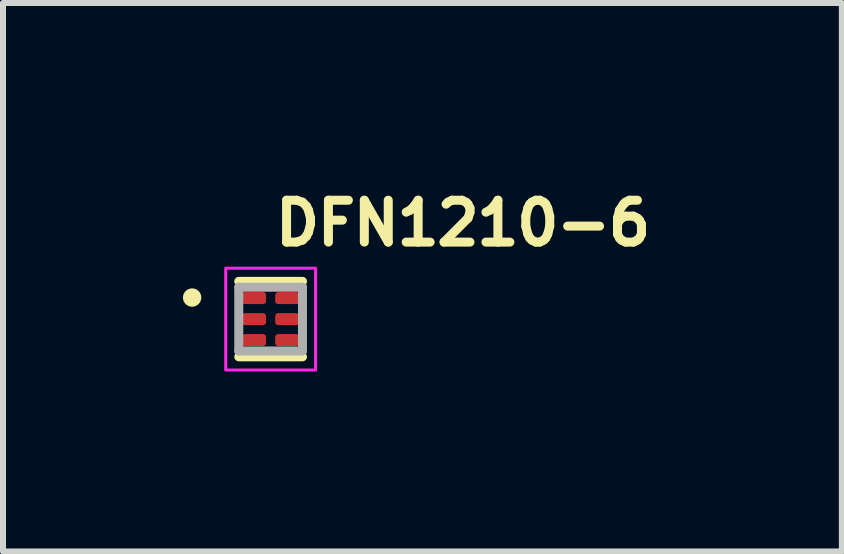
<source format=kicad_pcb>
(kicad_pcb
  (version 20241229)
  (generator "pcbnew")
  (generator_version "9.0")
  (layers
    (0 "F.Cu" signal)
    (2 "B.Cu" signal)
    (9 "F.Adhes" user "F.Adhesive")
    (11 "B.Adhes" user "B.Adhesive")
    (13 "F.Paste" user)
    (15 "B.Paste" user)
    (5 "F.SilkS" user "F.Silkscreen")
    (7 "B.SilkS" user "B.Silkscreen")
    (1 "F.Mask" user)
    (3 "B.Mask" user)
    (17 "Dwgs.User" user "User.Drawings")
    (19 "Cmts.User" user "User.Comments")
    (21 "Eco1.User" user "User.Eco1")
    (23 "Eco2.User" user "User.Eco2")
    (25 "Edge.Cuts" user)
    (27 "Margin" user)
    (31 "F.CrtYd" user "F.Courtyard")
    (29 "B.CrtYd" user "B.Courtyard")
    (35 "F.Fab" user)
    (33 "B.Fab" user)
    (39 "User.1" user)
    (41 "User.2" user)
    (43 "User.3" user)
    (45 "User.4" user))
  (footprint "DFN1210-6"
    (layer "F.Cu")
    (at 1.463 2.271)
    (property "Reference" "DFN1210-6" (at 0 -1.6 0) (layer "F.SilkS") (effects (font (size 0.698 0.698) (thickness 0.15)) (justify left)))
    (attr smd)
    (fp_line (start -0.532 -0.63) (end 0.53 -0.63) (stroke (width 0.15) (type solid)) (layer "F.SilkS"))
    (fp_line (start -0.532 0.628) (end 0.53 0.628) (stroke (width 0.15) (type solid)) (layer "F.SilkS"))
    (fp_circle (center -1.31 -0.36) (end -1.25 -0.31) (stroke (width 0.15) (type solid)) (fill yes) (layer "F.SilkS"))
    (fp_rect (start -0.75 -0.85) (end 0.748 0.848) (stroke (width 0.05) (type solid)) (fill no) (layer "F.CrtYd"))
    (fp_line (start -0.532 -0.532) (end 0.53 -0.532) (stroke (width 0.15) (type solid)) (layer "F.Fab"))
    (fp_line (start -0.532 0.53) (end -0.532 -0.532) (stroke (width 0.15) (type solid)) (layer "F.Fab"))
    (fp_line (start 0.53 -0.532) (end 0.53 0.53) (stroke (width 0.15) (type solid)) (layer "F.Fab"))
    (fp_line (start 0.53 0.53) (end -0.532 0.53) (stroke (width 0.15) (type solid)) (layer "F.Fab"))
    (fp_rect (start -0.5 -0.6) (end 0.498 0.598) (stroke (width 0.1) (type solid)) (fill no) (layer "User.5"))
    (fp_line (start -0.5 -0.6) (end -0.5 0.598) (stroke (width 0.02) (type solid)) (layer "User.9"))
    (fp_line (start -0.5 0.598) (end 0.498 0.598) (stroke (width 0.02) (type solid)) (layer "User.9"))
    (fp_line (start -0.094 -0.121) (end -0.074 -0.121) (stroke (width 0.02) (type solid)) (layer "User.9"))
    (fp_line (start -0.094 -0.104) (end -0.094 -0.121) (stroke (width 0.02) (type solid)) (layer "User.9"))
    (fp_line (start -0.094 -0.019) (end -0.012 -0.019) (stroke (width 0.02) (type solid)) (layer "User.9"))
    (fp_line (start -0.094 -0.002) (end -0.094 -0.019) (stroke (width 0.02) (type solid)) (layer "User.9"))
    (fp_line (start -0.094 0.207) (end 0.051 0.207) (stroke (width 0.02) (type solid)) (layer "User.9"))
    (fp_line (start -0.094 0.233) (end -0.094 0.207) (stroke (width 0.02) (type solid)) (layer "User.9"))
    (fp_line (start -0.094 0.316) (end 0.008 0.282) (stroke (width 0.02) (type solid)) (layer "User.9"))
    (fp_line (start -0.094 0.345) (end -0.094 0.316) (stroke (width 0.02) (type solid)) (layer "User.9"))
    (fp_line (start -0.074 -0.121) (end -0.074 -0.104) (stroke (width 0.02) (type solid)) (layer "User.9"))
    (fp_line (start -0.074 -0.104) (end -0.094 -0.104) (stroke (width 0.02) (type solid)) (layer "User.9"))
    (fp_line (start -0.073 0.327) (end 0.051 0.327) (stroke (width 0.02) (type solid)) (layer "User.9"))
    (fp_line (start -0.072 0.226) (end 0.051 0.268) (stroke (width 0.02) (type solid)) (layer "User.9"))
    (fp_line (start -0.058 -0.3) (end -0.056 -0.304) (stroke (width 0.02) (type solid)) (layer "User.9"))
    (fp_line (start -0.058 -0.296) (end -0.058 -0.3) (stroke (width 0.02) (type solid)) (layer "User.9"))
    (fp_line (start -0.058 -0.201) (end -0.056 -0.204) (stroke (width 0.02) (type solid)) (layer "User.9"))
    (fp_line (start -0.058 -0.198) (end -0.058 -0.201) (stroke (width 0.02) (type solid)) (layer "User.9"))
    (fp_line (start -0.058 -0.198) (end -0.058 -0.198) (stroke (width 0.02) (type solid)) (layer "User.9"))
    (fp_line (start -0.058 -0.195) (end -0.058 -0.198) (stroke (width 0.02) (type solid)) (layer "User.9"))
    (fp_line (start -0.058 -0.192) (end -0.058 -0.195) (stroke (width 0.02) (type solid)) (layer "User.9"))
    (fp_line (start -0.058 0.024) (end -0.056 0.022) (stroke (width 0.02) (type solid)) (layer "User.9"))
    (fp_line (start -0.058 0.025) (end -0.058 0.024) (stroke (width 0.02) (type solid)) (layer "User.9"))
    (fp_line (start -0.058 0.026) (end -0.058 0.025) (stroke (width 0.02) (type solid)) (layer "User.9"))
    (fp_line (start -0.058 0.028) (end -0.058 0.026) (stroke (width 0.02) (type solid)) (layer "User.9"))
    (fp_line (start -0.058 0.028) (end -0.058 0.028) (stroke (width 0.02) (type solid)) (layer "User.9"))
    (fp_line (start -0.058 0.029) (end -0.058 0.028) (stroke (width 0.02) (type solid)) (layer "User.9"))
    (fp_line (start -0.058 0.126) (end -0.056 0.124) (stroke (width 0.02) (type solid)) (layer "User.9"))
    (fp_line (start -0.058 0.131) (end -0.058 0.126) (stroke (width 0.02) (type solid)) (layer "User.9"))
    (fp_line (start -0.058 0.134) (end -0.058 0.131) (stroke (width 0.02) (type solid)) (layer "User.9"))
    (fp_line (start -0.058 0.134) (end -0.058 0.134) (stroke (width 0.02) (type solid)) (layer "User.9"))
    (fp_line (start -0.058 0.136) (end -0.058 0.134) (stroke (width 0.02) (type solid)) (layer "User.9"))
    (fp_line (start -0.058 0.137) (end -0.058 0.136) (stroke (width 0.02) (type solid)) (layer "User.9"))
    (fp_line (start -0.058 0.139) (end -0.058 0.137) (stroke (width 0.02) (type solid)) (layer "User.9"))
    (fp_line (start -0.058 0.14) (end -0.058 0.139) (stroke (width 0.02) (type solid)) (layer "User.9"))
    (fp_line (start -0.056 -0.308) (end -0.055 -0.31) (stroke (width 0.02) (type solid)) (layer "User.9"))
    (fp_line (start -0.056 -0.306) (end -0.056 -0.308) (stroke (width 0.02) (type solid)) (layer "User.9"))
    (fp_line (start -0.056 -0.304) (end -0.056 -0.306) (stroke (width 0.02) (type solid)) (layer "User.9"))
    (fp_line (start -0.056 -0.292) (end -0.058 -0.296) (stroke (width 0.02) (type solid)) (layer "User.9"))
    (fp_line (start -0.056 -0.289) (end -0.056 -0.292) (stroke (width 0.02) (type solid)) (layer "User.9"))
    (fp_line (start -0.056 -0.207) (end -0.055 -0.209) (stroke (width 0.02) (type solid)) (layer "User.9"))
    (fp_line (start -0.056 -0.204) (end -0.056 -0.207) (stroke (width 0.02) (type solid)) (layer "User.9"))
    (fp_line (start -0.056 -0.189) (end -0.058 -0.192) (stroke (width 0.02) (type solid)) (layer "User.9"))
    (fp_line (start -0.056 -0.187) (end -0.056 -0.189) (stroke (width 0.02) (type solid)) (layer "User.9"))
    (fp_line (start -0.056 0.02) (end -0.055 0.018) (stroke (width 0.02) (type solid)) (layer "User.9"))
    (fp_line (start -0.056 0.021) (end -0.056 0.02) (stroke (width 0.02) (type solid)) (layer "User.9"))
    (fp_line (start -0.056 0.021) (end -0.056 0.021) (stroke (width 0.02) (type solid)) (layer "User.9"))
    (fp_line (start -0.056 0.022) (end -0.056 0.021) (stroke (width 0.02) (type solid)) (layer "User.9"))
    (fp_line (start -0.056 0.03) (end -0.058 0.029) (stroke (width 0.02) (type solid)) (layer "User.9"))
    (fp_line (start -0.056 0.033) (end -0.056 0.03) (stroke (width 0.02) (type solid)) (layer "User.9"))
    (fp_line (start -0.056 0.034) (end -0.056 0.033) (stroke (width 0.02) (type solid)) (layer "User.9"))
    (fp_line (start -0.056 0.119) (end -0.055 0.118) (stroke (width 0.02) (type solid)) (layer "User.9"))
    (fp_line (start -0.056 0.121) (end -0.056 0.119) (stroke (width 0.02) (type solid)) (layer "User.9"))
    (fp_line (start -0.056 0.124) (end -0.056 0.121) (stroke (width 0.02) (type solid)) (layer "User.9"))
    (fp_line (start -0.056 0.142) (end -0.058 0.14) (stroke (width 0.02) (type solid)) (layer "User.9"))
    (fp_line (start -0.056 0.144) (end -0.056 0.142) (stroke (width 0.02) (type solid)) (layer "User.9"))
    (fp_line (start -0.056 0.144) (end -0.056 0.144) (stroke (width 0.02) (type solid)) (layer "User.9"))
    (fp_line (start -0.056 0.146) (end -0.056 0.144) (stroke (width 0.02) (type solid)) (layer "User.9"))
    (fp_line (start -0.056 0.147) (end -0.056 0.146) (stroke (width 0.02) (type solid)) (layer "User.9"))
    (fp_line (start -0.055 -0.311) (end -0.054 -0.313) (stroke (width 0.02) (type solid)) (layer "User.9"))
    (fp_line (start -0.055 -0.31) (end -0.055 -0.311) (stroke (width 0.02) (type solid)) (layer "User.9"))
    (fp_line (start -0.055 -0.286) (end -0.056 -0.289) (stroke (width 0.02) (type solid)) (layer "User.9"))
    (fp_line (start -0.055 -0.209) (end -0.054 -0.212) (stroke (width 0.02) (type solid)) (layer "User.9"))
    (fp_line (start -0.055 -0.185) (end -0.056 -0.187) (stroke (width 0.02) (type solid)) (layer "User.9"))
    (fp_line (start -0.055 -0.183) (end -0.055 -0.185) (stroke (width 0.02) (type solid)) (layer "User.9"))
    (fp_line (start -0.055 0.016) (end -0.054 0.014) (stroke (width 0.02) (type solid)) (layer "User.9"))
    (fp_line (start -0.055 0.017) (end -0.055 0.016) (stroke (width 0.02) (type solid)) (layer "User.9"))
    (fp_line (start -0.055 0.018) (end -0.055 0.017) (stroke (width 0.02) (type solid)) (layer "User.9"))
    (fp_line (start -0.055 0.035) (end -0.056 0.034) (stroke (width 0.02) (type solid)) (layer "User.9"))
    (fp_line (start -0.055 0.036) (end -0.055 0.035) (stroke (width 0.02) (type solid)) (layer "User.9"))
    (fp_line (start -0.055 0.036) (end -0.055 0.036) (stroke (width 0.02) (type solid)) (layer "User.9"))
    (fp_line (start -0.055 0.115) (end -0.054 0.114) (stroke (width 0.02) (type solid)) (layer "User.9"))
    (fp_line (start -0.055 0.117) (end -0.055 0.115) (stroke (width 0.02) (type solid)) (layer "User.9"))
    (fp_line (start -0.055 0.118) (end -0.055 0.117) (stroke (width 0.02) (type solid)) (layer "User.9"))
    (fp_line (start -0.055 0.149) (end -0.056 0.147) (stroke (width 0.02) (type solid)) (layer "User.9"))
    (fp_line (start -0.055 0.15) (end -0.055 0.149) (stroke (width 0.02) (type solid)) (layer "User.9"))
    (fp_line (start -0.055 0.151) (end -0.055 0.15) (stroke (width 0.02) (type solid)) (layer "User.9"))
    (fp_line (start -0.054 -0.347) (end 0.036 -0.347) (stroke (width 0.02) (type solid)) (layer "User.9"))
    (fp_line (start -0.054 -0.331) (end -0.054 -0.347) (stroke (width 0.02) (type solid)) (layer "User.9"))
    (fp_line (start -0.054 -0.315) (end -0.053 -0.317) (stroke (width 0.02) (type solid)) (layer "User.9"))
    (fp_line (start -0.054 -0.313) (end -0.054 -0.315) (stroke (width 0.02) (type solid)) (layer "User.9"))
    (fp_line (start -0.054 -0.212) (end -0.053 -0.215) (stroke (width 0.02) (type solid)) (layer "User.9"))
    (fp_line (start -0.054 -0.182) (end -0.055 -0.183) (stroke (width 0.02) (type solid)) (layer "User.9"))
    (fp_line (start -0.054 -0.181) (end -0.054 -0.182) (stroke (width 0.02) (type solid)) (layer "User.9"))
    (fp_line (start -0.054 -0.165) (end -0.04 -0.165) (stroke (width 0.02) (type solid)) (layer "User.9"))
    (fp_line (start -0.054 -0.148) (end -0.054 -0.165) (stroke (width 0.02) (type solid)) (layer "User.9"))
    (fp_line (start -0.054 -0.121) (end 0.051 -0.121) (stroke (width 0.02) (type solid)) (layer "User.9"))
    (fp_line (start -0.054 -0.104) (end -0.054 -0.121) (stroke (width 0.02) (type solid)) (layer "User.9"))
    (fp_line (start -0.054 -0.086) (end -0.015 -0.044) (stroke (width 0.02) (type solid)) (layer "User.9"))
    (fp_line (start -0.054 -0.062) (end -0.054 -0.086) (stroke (width 0.02) (type solid)) (layer "User.9"))
    (fp_line (start -0.054 0.014) (end -0.054 0.014) (stroke (width 0.02) (type solid)) (layer "User.9"))
    (fp_line (start -0.054 0.014) (end -0.053 0.013) (stroke (width 0.02) (type solid)) (layer "User.9"))
    (fp_line (start -0.054 0.036) (end -0.055 0.036) (stroke (width 0.02) (type solid)) (layer "User.9"))
    (fp_line (start -0.054 0.037) (end -0.054 0.036) (stroke (width 0.02) (type solid)) (layer "User.9"))
    (fp_line (start -0.054 0.05) (end -0.039 0.05) (stroke (width 0.02) (type solid)) (layer "User.9"))
    (fp_line (start -0.054 0.066) (end -0.054 0.05) (stroke (width 0.02) (type solid)) (layer "User.9"))
    (fp_line (start -0.054 0.112) (end -0.054 0.112) (stroke (width 0.02) (type solid)) (layer "User.9"))
    (fp_line (start -0.054 0.112) (end -0.053 0.11) (stroke (width 0.02) (type solid)) (layer "User.9"))
    (fp_line (start -0.054 0.113) (end -0.054 0.112) (stroke (width 0.02) (type solid)) (layer "User.9"))
    (fp_line (start -0.054 0.114) (end -0.054 0.113) (stroke (width 0.02) (type solid)) (layer "User.9"))
    (fp_line (start -0.054 0.153) (end -0.055 0.151) (stroke (width 0.02) (type solid)) (layer "User.9"))
    (fp_line (start -0.054 0.154) (end -0.054 0.153) (stroke (width 0.02) (type solid)) (layer "User.9"))
    (fp_line (start -0.054 0.155) (end -0.054 0.154) (stroke (width 0.02) (type solid)) (layer "User.9"))
    (fp_line (start -0.053 -0.319) (end -0.052 -0.32) (stroke (width 0.02) (type solid)) (layer "User.9"))
    (fp_line (start -0.053 -0.317) (end -0.053 -0.319) (stroke (width 0.02) (type solid)) (layer "User.9"))
    (fp_line (start -0.053 -0.283) (end -0.055 -0.286) (stroke (width 0.02) (type solid)) (layer "User.9"))
    (fp_line (start -0.053 -0.281) (end -0.053 -0.283) (stroke (width 0.02) (type solid)) (layer "User.9"))
    (fp_line (start -0.053 -0.279) (end -0.053 -0.281) (stroke (width 0.02) (type solid)) (layer "User.9"))
    (fp_line (start -0.053 -0.218) (end -0.051 -0.22) (stroke (width 0.02) (type solid)) (layer "User.9"))
    (fp_line (start -0.053 -0.215) (end -0.053 -0.218) (stroke (width 0.02) (type solid)) (layer "User.9"))
    (fp_line (start -0.053 -0.18) (end -0.054 -0.181) (stroke (width 0.02) (type solid)) (layer "User.9"))
    (fp_line (start -0.053 -0.179) (end -0.053 -0.18) (stroke (width 0.02) (type solid)) (layer "User.9"))
    (fp_line (start -0.053 -0.178) (end -0.053 -0.179) (stroke (width 0.02) (type solid)) (layer "User.9"))
    (fp_line (start -0.053 -0.177) (end -0.053 -0.178) (stroke (width 0.02) (type solid)) (layer "User.9"))
    (fp_line (start -0.053 0.01) (end -0.052 0.01) (stroke (width 0.02) (type solid)) (layer "User.9"))
    (fp_line (start -0.053 0.012) (end -0.053 0.01) (stroke (width 0.02) (type solid)) (layer "User.9"))
    (fp_line (start -0.053 0.013) (end -0.053 0.012) (stroke (width 0.02) (type solid)) (layer "User.9"))
    (fp_line (start -0.053 0.037) (end -0.054 0.037) (stroke (width 0.02) (type solid)) (layer "User.9"))
    (fp_line (start -0.053 0.038) (end -0.053 0.037) (stroke (width 0.02) (type solid)) (layer "User.9"))
    (fp_line (start -0.053 0.04) (end -0.053 0.038) (stroke (width 0.02) (type solid)) (layer "User.9"))
    (fp_line (start -0.053 0.04) (end -0.053 0.04) (stroke (width 0.02) (type solid)) (layer "User.9"))
    (fp_line (start -0.053 0.107) (end -0.052 0.106) (stroke (width 0.02) (type solid)) (layer "User.9"))
    (fp_line (start -0.053 0.108) (end -0.053 0.107) (stroke (width 0.02) (type solid)) (layer "User.9"))
    (fp_line (start -0.053 0.109) (end -0.053 0.108) (stroke (width 0.02) (type solid)) (layer "User.9"))
    (fp_line (start -0.053 0.11) (end -0.053 0.109) (stroke (width 0.02) (type solid)) (layer "User.9"))
    (fp_line (start -0.053 0.157) (end -0.054 0.155) (stroke (width 0.02) (type solid)) (layer "User.9"))
    (fp_line (start -0.053 0.157) (end -0.053 0.157) (stroke (width 0.02) (type solid)) (layer "User.9"))
    (fp_line (start -0.053 0.16) (end -0.053 0.157) (stroke (width 0.02) (type solid)) (layer "User.9"))
    (fp_line (start -0.052 -0.32) (end -0.051 -0.323) (stroke (width 0.02) (type solid)) (layer "User.9"))
    (fp_line (start -0.052 -0.278) (end -0.053 -0.279) (stroke (width 0.02) (type solid)) (layer "User.9"))
    (fp_line (start -0.052 -0.176) (end -0.053 -0.177) (stroke (width 0.02) (type solid)) (layer "User.9"))
    (fp_line (start -0.052 -0.176) (end -0.052 -0.176) (stroke (width 0.02) (type solid)) (layer "User.9"))
    (fp_line (start -0.052 0.01) (end -0.036 0.016) (stroke (width 0.02) (type solid)) (layer "User.9"))
    (fp_line (start -0.052 0.042) (end -0.053 0.04) (stroke (width 0.02) (type solid)) (layer "User.9"))
    (fp_line (start -0.052 0.104) (end -0.051 0.104) (stroke (width 0.02) (type solid)) (layer "User.9"))
    (fp_line (start -0.052 0.105) (end -0.052 0.104) (stroke (width 0.02) (type solid)) (layer "User.9"))
    (fp_line (start -0.052 0.106) (end -0.052 0.105) (stroke (width 0.02) (type solid)) (layer "User.9"))
    (fp_line (start -0.052 0.163) (end -0.053 0.16) (stroke (width 0.02) (type solid)) (layer "User.9"))
    (fp_line (start -0.051 -0.323) (end -0.05 -0.324) (stroke (width 0.02) (type solid)) (layer "User.9"))
    (fp_line (start -0.051 -0.276) (end -0.052 -0.278) (stroke (width 0.02) (type solid)) (layer "User.9"))
    (fp_line (start -0.051 -0.276) (end -0.051 -0.276) (stroke (width 0.02) (type solid)) (layer "User.9"))
    (fp_line (start -0.051 -0.221) (end -0.05 -0.222) (stroke (width 0.02) (type solid)) (layer "User.9"))
    (fp_line (start -0.051 -0.22) (end -0.051 -0.221) (stroke (width 0.02) (type solid)) (layer "User.9"))
    (fp_line (start -0.051 -0.175) (end -0.052 -0.176) (stroke (width 0.02) (type solid)) (layer "User.9"))
    (fp_line (start -0.051 0.043) (end -0.052 0.042) (stroke (width 0.02) (type solid)) (layer "User.9"))
    (fp_line (start -0.051 0.104) (end -0.051 0.104) (stroke (width 0.02) (type solid)) (layer "User.9"))
    (fp_line (start -0.051 0.104) (end -0.05 0.103) (stroke (width 0.02) (type solid)) (layer "User.9"))
    (fp_line (start -0.051 0.165) (end -0.052 0.163) (stroke (width 0.02) (type solid)) (layer "User.9"))
    (fp_line (start -0.05 -0.324) (end -0.048 -0.326) (stroke (width 0.02) (type solid)) (layer "User.9"))
    (fp_line (start -0.05 -0.222) (end -0.048 -0.224) (stroke (width 0.02) (type solid)) (layer "User.9"))
    (fp_line (start -0.05 -0.174) (end -0.051 -0.175) (stroke (width 0.02) (type solid)) (layer "User.9"))
    (fp_line (start -0.05 -0.173) (end -0.05 -0.174) (stroke (width 0.02) (type solid)) (layer "User.9"))
    (fp_line (start -0.05 0.103) (end -0.05 0.103) (stroke (width 0.02) (type solid)) (layer "User.9"))
    (fp_line (start -0.05 0.103) (end -0.048 0.102) (stroke (width 0.02) (type solid)) (layer "User.9"))
    (fp_line (start -0.05 0.167) (end -0.051 0.165) (stroke (width 0.02) (type solid)) (layer "User.9"))
    (fp_line (start -0.048 -0.326) (end -0.046 -0.327) (stroke (width 0.02) (type solid)) (layer "User.9"))
    (fp_line (start -0.048 -0.274) (end -0.051 -0.276) (stroke (width 0.02) (type solid)) (layer "User.9"))
    (fp_line (start -0.048 -0.224) (end -0.047 -0.226) (stroke (width 0.02) (type solid)) (layer "User.9"))
    (fp_line (start -0.048 -0.172) (end -0.05 -0.173) (stroke (width 0.02) (type solid)) (layer "User.9"))
    (fp_line (start -0.048 0.043) (end -0.051 0.043) (stroke (width 0.02) (type solid)) (layer "User.9"))
    (fp_line (start -0.048 0.102) (end -0.047 0.101) (stroke (width 0.02) (type solid)) (layer "User.9"))
    (fp_line (start -0.047 -0.226) (end -0.046 -0.227) (stroke (width 0.02) (type solid)) (layer "User.9"))
    (fp_line (start -0.047 -0.171) (end -0.048 -0.172) (stroke (width 0.02) (type solid)) (layer "User.9"))
    (fp_line (start -0.047 0.044) (end -0.048 0.043) (stroke (width 0.02) (type solid)) (layer "User.9"))
    (fp_line (start -0.047 0.101) (end -0.047 0.101) (stroke (width 0.02) (type solid)) (layer "User.9"))
    (fp_line (start -0.047 0.101) (end -0.046 0.1) (stroke (width 0.02) (type solid)) (layer "User.9"))
    (fp_line (start -0.047 0.169) (end -0.05 0.167) (stroke (width 0.02) (type solid)) (layer "User.9"))
    (fp_line (start -0.046 -0.327) (end -0.045 -0.329) (stroke (width 0.02) (type solid)) (layer "User.9"))
    (fp_line (start -0.046 -0.227) (end -0.045 -0.227) (stroke (width 0.02) (type solid)) (layer "User.9"))
    (fp_line (start -0.046 -0.17) (end -0.047 -0.171) (stroke (width 0.02) (type solid)) (layer "User.9"))
    (fp_line (start -0.046 0.1) (end -0.046 0.1) (stroke (width 0.02) (type solid)) (layer "User.9"))
    (fp_line (start -0.046 0.1) (end -0.046 0.1) (stroke (width 0.02) (type solid)) (layer "User.9"))
    (fp_line (start -0.046 0.1) (end -0.035 0.093) (stroke (width 0.02) (type solid)) (layer "User.9"))
    (fp_line (start -0.046 0.17) (end -0.047 0.169) (stroke (width 0.02) (type solid)) (layer "User.9"))
    (fp_line (start -0.045 -0.329) (end -0.044 -0.33) (stroke (width 0.02) (type solid)) (layer "User.9"))
    (fp_line (start -0.045 -0.271) (end -0.048 -0.274) (stroke (width 0.02) (type solid)) (layer "User.9"))
    (fp_line (start -0.045 -0.227) (end -0.044 -0.228) (stroke (width 0.02) (type solid)) (layer "User.9"))
    (fp_line (start -0.045 -0.169) (end -0.046 -0.17) (stroke (width 0.02) (type solid)) (layer "User.9"))
    (fp_line (start -0.045 0.045) (end -0.047 0.044) (stroke (width 0.02) (type solid)) (layer "User.9"))
    (fp_line (start -0.044 -0.33) (end -0.043 -0.331) (stroke (width 0.02) (type solid)) (layer "User.9"))
    (fp_line (start -0.044 -0.269) (end -0.045 -0.271) (stroke (width 0.02) (type solid)) (layer "User.9"))
    (fp_line (start -0.044 -0.228) (end -0.043 -0.229) (stroke (width 0.02) (type solid)) (layer "User.9"))
    (fp_line (start -0.044 -0.168) (end -0.045 -0.169) (stroke (width 0.02) (type solid)) (layer "User.9"))
    (fp_line (start -0.044 0.046) (end -0.045 0.045) (stroke (width 0.02) (type solid)) (layer "User.9"))
    (fp_line (start -0.044 0.172) (end -0.046 0.17) (stroke (width 0.02) (type solid)) (layer "User.9"))
    (fp_line (start -0.043 -0.331) (end -0.054 -0.331) (stroke (width 0.02) (type solid)) (layer "User.9"))
    (fp_line (start -0.043 -0.307) (end -0.043 -0.305) (stroke (width 0.02) (type solid)) (layer "User.9"))
    (fp_line (start -0.043 -0.305) (end -0.043 -0.304) (stroke (width 0.02) (type solid)) (layer "User.9"))
    (fp_line (start -0.043 -0.304) (end -0.043 -0.302) (stroke (width 0.02) (type solid)) (layer "User.9"))
    (fp_line (start -0.043 -0.302) (end -0.043 -0.301) (stroke (width 0.02) (type solid)) (layer "User.9"))
    (fp_line (start -0.043 -0.301) (end -0.043 -0.301) (stroke (width 0.02) (type solid)) (layer "User.9"))
    (fp_line (start -0.043 -0.301) (end -0.043 -0.299) (stroke (width 0.02) (type solid)) (layer "User.9"))
    (fp_line (start -0.043 -0.299) (end -0.043 -0.298) (stroke (width 0.02) (type solid)) (layer "User.9"))
    (fp_line (start -0.043 -0.298) (end -0.043 -0.296) (stroke (width 0.02) (type solid)) (layer "User.9"))
    (fp_line (start -0.043 -0.296) (end -0.043 -0.295) (stroke (width 0.02) (type solid)) (layer "User.9"))
    (fp_line (start -0.043 -0.295) (end -0.042 -0.294) (stroke (width 0.02) (type solid)) (layer "User.9"))
    (fp_line (start -0.043 -0.229) (end -0.042 -0.23) (stroke (width 0.02) (type solid)) (layer "User.9"))
    (fp_line (start -0.043 -0.194) (end -0.043 -0.194) (stroke (width 0.02) (type solid)) (layer "User.9"))
    (fp_line (start -0.043 -0.194) (end -0.042 -0.191) (stroke (width 0.02) (type solid)) (layer "User.9"))
    (fp_line (start -0.043 -0.166) (end -0.044 -0.168) (stroke (width 0.02) (type solid)) (layer "User.9"))
    (fp_line (start -0.043 0.128) (end -0.043 0.13) (stroke (width 0.02) (type solid)) (layer "User.9"))
    (fp_line (start -0.043 0.13) (end -0.043 0.131) (stroke (width 0.02) (type solid)) (layer "User.9"))
    (fp_line (start -0.043 0.131) (end -0.043 0.133) (stroke (width 0.02) (type solid)) (layer "User.9"))
    (fp_line (start -0.043 0.133) (end -0.043 0.135) (stroke (width 0.02) (type solid)) (layer "User.9"))
    (fp_line (start -0.043 0.135) (end -0.043 0.136) (stroke (width 0.02) (type solid)) (layer "User.9"))
    (fp_line (start -0.043 0.136) (end -0.043 0.136) (stroke (width 0.02) (type solid)) (layer "User.9"))
    (fp_line (start -0.043 0.136) (end -0.043 0.139) (stroke (width 0.02) (type solid)) (layer "User.9"))
    (fp_line (start -0.043 0.139) (end -0.043 0.142) (stroke (width 0.02) (type solid)) (layer "User.9"))
    (fp_line (start -0.043 0.142) (end -0.043 0.143) (stroke (width 0.02) (type solid)) (layer "User.9"))
    (fp_line (start -0.043 0.143) (end -0.043 0.144) (stroke (width 0.02) (type solid)) (layer "User.9"))
    (fp_line (start -0.043 0.144) (end -0.043 0.144) (stroke (width 0.02) (type solid)) (layer "User.9"))
    (fp_line (start -0.043 0.144) (end -0.043 0.146) (stroke (width 0.02) (type solid)) (layer "User.9"))
    (fp_line (start -0.043 0.146) (end -0.042 0.147) (stroke (width 0.02) (type solid)) (layer "User.9"))
    (fp_line (start -0.043 0.174) (end -0.044 0.172) (stroke (width 0.02) (type solid)) (layer "User.9"))
    (fp_line (start -0.042 -0.309) (end -0.042 -0.308) (stroke (width 0.02) (type solid)) (layer "User.9"))
    (fp_line (start -0.042 -0.308) (end -0.043 -0.307) (stroke (width 0.02) (type solid)) (layer "User.9"))
    (fp_line (start -0.042 -0.294) (end -0.042 -0.292) (stroke (width 0.02) (type solid)) (layer "User.9"))
    (fp_line (start -0.042 -0.292) (end -0.04 -0.291) (stroke (width 0.02) (type solid)) (layer "User.9"))
    (fp_line (start -0.042 -0.267) (end -0.044 -0.269) (stroke (width 0.02) (type solid)) (layer "User.9"))
    (fp_line (start -0.042 -0.23) (end -0.04 -0.231) (stroke (width 0.02) (type solid)) (layer "User.9"))
    (fp_line (start -0.042 -0.2) (end -0.042 -0.199) (stroke (width 0.02) (type solid)) (layer "User.9"))
    (fp_line (start -0.042 -0.199) (end -0.042 -0.198) (stroke (width 0.02) (type solid)) (layer "User.9"))
    (fp_line (start -0.042 -0.198) (end -0.042 -0.196) (stroke (width 0.02) (type solid)) (layer "User.9"))
    (fp_line (start -0.042 -0.196) (end -0.043 -0.194) (stroke (width 0.02) (type solid)) (layer "User.9"))
    (fp_line (start -0.042 -0.191) (end -0.042 -0.188) (stroke (width 0.02) (type solid)) (layer "User.9"))
    (fp_line (start -0.042 -0.188) (end -0.04 -0.185) (stroke (width 0.02) (type solid)) (layer "User.9"))
    (fp_line (start -0.042 0.049) (end -0.044 0.046) (stroke (width 0.02) (type solid)) (layer "User.9"))
    (fp_line (start -0.042 0.123) (end -0.042 0.125) (stroke (width 0.02) (type solid)) (layer "User.9"))
    (fp_line (start -0.042 0.125) (end -0.042 0.126) (stroke (width 0.02) (type solid)) (layer "User.9"))
    (fp_line (start -0.042 0.126) (end -0.043 0.128) (stroke (width 0.02) (type solid)) (layer "User.9"))
    (fp_line (start -0.042 0.147) (end -0.042 0.148) (stroke (width 0.02) (type solid)) (layer "User.9"))
    (fp_line (start -0.042 0.148) (end -0.042 0.149) (stroke (width 0.02) (type solid)) (layer "User.9"))
    (fp_line (start -0.042 0.149) (end -0.04 0.15) (stroke (width 0.02) (type solid)) (layer "User.9"))
    (fp_line (start -0.04 -0.312) (end -0.04 -0.311) (stroke (width 0.02) (type solid)) (layer "User.9"))
    (fp_line (start -0.04 -0.311) (end -0.042 -0.309) (stroke (width 0.02) (type solid)) (layer "User.9"))
    (fp_line (start -0.04 -0.291) (end -0.04 -0.29) (stroke (width 0.02) (type solid)) (layer "User.9"))
    (fp_line (start -0.04 -0.29) (end -0.039 -0.289) (stroke (width 0.02) (type solid)) (layer "User.9"))
    (fp_line (start -0.04 -0.231) (end -0.038 -0.231) (stroke (width 0.02) (type solid)) (layer "User.9"))
    (fp_line (start -0.04 -0.204) (end -0.04 -0.203) (stroke (width 0.02) (type solid)) (layer "User.9"))
    (fp_line (start -0.04 -0.203) (end -0.04 -0.202) (stroke (width 0.02) (type solid)) (layer "User.9"))
    (fp_line (start -0.04 -0.202) (end -0.042 -0.2) (stroke (width 0.02) (type solid)) (layer "User.9"))
    (fp_line (start -0.04 -0.185) (end -0.04 -0.184) (stroke (width 0.02) (type solid)) (layer "User.9"))
    (fp_line (start -0.04 -0.184) (end -0.04 -0.183) (stroke (width 0.02) (type solid)) (layer "User.9"))
    (fp_line (start -0.04 -0.183) (end -0.039 -0.182) (stroke (width 0.02) (type solid)) (layer "User.9"))
    (fp_line (start -0.04 -0.165) (end -0.043 -0.166) (stroke (width 0.02) (type solid)) (layer "User.9"))
    (fp_line (start -0.04 0.121) (end -0.04 0.122) (stroke (width 0.02) (type solid)) (layer "User.9"))
    (fp_line (start -0.04 0.122) (end -0.042 0.123) (stroke (width 0.02) (type solid)) (layer "User.9"))
    (fp_line (start -0.04 0.15) (end -0.04 0.151) (stroke (width 0.02) (type solid)) (layer "User.9"))
    (fp_line (start -0.04 0.151) (end -0.039 0.152) (stroke (width 0.02) (type solid)) (layer "User.9"))
    (fp_line (start -0.04 0.175) (end -0.043 0.174) (stroke (width 0.02) (type solid)) (layer "User.9"))
    (fp_line (start -0.039 -0.313) (end -0.04 -0.312) (stroke (width 0.02) (type solid)) (layer "User.9"))
    (fp_line (start -0.039 -0.289) (end -0.038 -0.288) (stroke (width 0.02) (type solid)) (layer "User.9"))
    (fp_line (start -0.039 -0.205) (end -0.04 -0.204) (stroke (width 0.02) (type solid)) (layer "User.9"))
    (fp_line (start -0.039 -0.182) (end -0.039 -0.18) (stroke (width 0.02) (type solid)) (layer "User.9"))
    (fp_line (start -0.039 -0.18) (end -0.038 -0.179) (stroke (width 0.02) (type solid)) (layer "User.9"))
    (fp_line (start -0.039 0.05) (end -0.042 0.049) (stroke (width 0.02) (type solid)) (layer "User.9"))
    (fp_line (start -0.039 0.119) (end -0.039 0.12) (stroke (width 0.02) (type solid)) (layer "User.9"))
    (fp_line (start -0.039 0.12) (end -0.04 0.121) (stroke (width 0.02) (type solid)) (layer "User.9"))
    (fp_line (start -0.039 0.152) (end -0.039 0.153) (stroke (width 0.02) (type solid)) (layer "User.9"))
    (fp_line (start -0.039 0.153) (end -0.038 0.154) (stroke (width 0.02) (type solid)) (layer "User.9"))
    (fp_line (start -0.039 0.175) (end -0.04 0.175) (stroke (width 0.02) (type solid)) (layer "User.9"))
    (fp_line (start -0.038 -0.316) (end -0.038 -0.315) (stroke (width 0.02) (type solid)) (layer "User.9"))
    (fp_line (start -0.038 -0.315) (end -0.039 -0.313) (stroke (width 0.02) (type solid)) (layer "User.9"))
    (fp_line (start -0.038 -0.288) (end -0.038 -0.287) (stroke (width 0.02) (type solid)) (layer "User.9"))
    (fp_line (start -0.038 -0.287) (end -0.037 -0.286) (stroke (width 0.02) (type solid)) (layer "User.9"))
    (fp_line (start -0.038 -0.265) (end -0.042 -0.267) (stroke (width 0.02) (type solid)) (layer "User.9"))
    (fp_line (start -0.038 -0.231) (end -0.037 -0.232) (stroke (width 0.02) (type solid)) (layer "User.9"))
    (fp_line (start -0.038 -0.207) (end -0.038 -0.206) (stroke (width 0.02) (type solid)) (layer "User.9"))
    (fp_line (start -0.038 -0.206) (end -0.039 -0.205) (stroke (width 0.02) (type solid)) (layer "User.9"))
    (fp_line (start -0.038 -0.179) (end -0.038 -0.178) (stroke (width 0.02) (type solid)) (layer "User.9"))
    (fp_line (start -0.038 -0.178) (end -0.037 -0.177) (stroke (width 0.02) (type solid)) (layer "User.9"))
    (fp_line (start -0.038 0.021) (end -0.038 0.022) (stroke (width 0.02) (type solid)) (layer "User.9"))
    (fp_line (start -0.038 0.022) (end -0.038 0.025) (stroke (width 0.02) (type solid)) (layer "User.9"))
    (fp_line (start -0.038 0.025) (end -0.038 0.026) (stroke (width 0.02) (type solid)) (layer "User.9"))
    (fp_line (start -0.038 0.026) (end -0.038 0.028) (stroke (width 0.02) (type solid)) (layer "User.9"))
    (fp_line (start -0.038 0.028) (end -0.038 0.029) (stroke (width 0.02) (type solid)) (layer "User.9"))
    (fp_line (start -0.038 0.029) (end -0.038 0.03) (stroke (width 0.02) (type solid)) (layer "User.9"))
    (fp_line (start -0.038 0.03) (end -0.038 0.032) (stroke (width 0.02) (type solid)) (layer "User.9"))
    (fp_line (start -0.038 0.032) (end -0.038 0.033) (stroke (width 0.02) (type solid)) (layer "User.9"))
    (fp_line (start -0.038 0.033) (end -0.037 0.035) (stroke (width 0.02) (type solid)) (layer "User.9"))
    (fp_line (start -0.038 0.118) (end -0.038 0.119) (stroke (width 0.02) (type solid)) (layer "User.9"))
    (fp_line (start -0.038 0.119) (end -0.039 0.119) (stroke (width 0.02) (type solid)) (layer "User.9"))
    (fp_line (start -0.038 0.154) (end -0.037 0.154) (stroke (width 0.02) (type solid)) (layer "User.9"))
    (fp_line (start -0.037 -0.318) (end -0.037 -0.317) (stroke (width 0.02) (type solid)) (layer "User.9"))
    (fp_line (start -0.037 -0.317) (end -0.038 -0.316) (stroke (width 0.02) (type solid)) (layer "User.9"))
    (fp_line (start -0.037 -0.286) (end -0.037 -0.285) (stroke (width 0.02) (type solid)) (layer "User.9"))
    (fp_line (start -0.037 -0.285) (end -0.036 -0.284) (stroke (width 0.02) (type solid)) (layer "User.9"))
    (fp_line (start -0.037 -0.232) (end -0.037 -0.232) (stroke (width 0.02) (type solid)) (layer "User.9"))
    (fp_line (start -0.037 -0.232) (end -0.035 -0.233) (stroke (width 0.02) (type solid)) (layer "User.9"))
    (fp_line (start -0.037 -0.209) (end -0.037 -0.209) (stroke (width 0.02) (type solid)) (layer "User.9"))
    (fp_line (start -0.037 -0.209) (end -0.037 -0.208) (stroke (width 0.02) (type solid)) (layer "User.9"))
    (fp_line (start -0.037 -0.208) (end -0.038 -0.207) (stroke (width 0.02) (type solid)) (layer "User.9"))
    (fp_line (start -0.037 -0.177) (end -0.037 -0.176) (stroke (width 0.02) (type solid)) (layer "User.9"))
    (fp_line (start -0.037 -0.176) (end -0.036 -0.176) (stroke (width 0.02) (type solid)) (layer "User.9"))
    (fp_line (start -0.037 0.017) (end -0.037 0.018) (stroke (width 0.02) (type solid)) (layer "User.9"))
    (fp_line (start -0.037 0.018) (end -0.037 0.02) (stroke (width 0.02) (type solid)) (layer "User.9"))
    (fp_line (start -0.037 0.02) (end -0.038 0.021) (stroke (width 0.02) (type solid)) (layer "User.9"))
    (fp_line (start -0.037 0.035) (end -0.037 0.036) (stroke (width 0.02) (type solid)) (layer "User.9"))
    (fp_line (start -0.037 0.036) (end -0.037 0.036) (stroke (width 0.02) (type solid)) (layer "User.9"))
    (fp_line (start -0.037 0.036) (end -0.036 0.038) (stroke (width 0.02) (type solid)) (layer "User.9"))
    (fp_line (start -0.037 0.115) (end -0.037 0.116) (stroke (width 0.02) (type solid)) (layer "User.9"))
    (fp_line (start -0.037 0.116) (end -0.037 0.116) (stroke (width 0.02) (type solid)) (layer "User.9"))
    (fp_line (start -0.037 0.116) (end -0.037 0.117) (stroke (width 0.02) (type solid)) (layer "User.9"))
    (fp_line (start -0.037 0.117) (end -0.038 0.118) (stroke (width 0.02) (type solid)) (layer "User.9"))
    (fp_line (start -0.037 0.154) (end -0.037 0.155) (stroke (width 0.02) (type solid)) (layer "User.9"))
    (fp_line (start -0.037 0.155) (end -0.037 0.156) (stroke (width 0.02) (type solid)) (layer "User.9"))
    (fp_line (start -0.037 0.156) (end -0.036 0.157) (stroke (width 0.02) (type solid)) (layer "User.9"))
    (fp_line (start -0.037 0.177) (end -0.039 0.175) (stroke (width 0.02) (type solid)) (layer "User.9"))
    (fp_line (start -0.036 -0.319) (end -0.037 -0.318) (stroke (width 0.02) (type solid)) (layer "User.9"))
    (fp_line (start -0.036 -0.284) (end -0.035 -0.282) (stroke (width 0.02) (type solid)) (layer "User.9"))
    (fp_line (start -0.036 -0.263) (end -0.038 -0.265) (stroke (width 0.02) (type solid)) (layer "User.9"))
    (fp_line (start -0.036 -0.21) (end -0.037 -0.209) (stroke (width 0.02) (type solid)) (layer "User.9"))
    (fp_line (start -0.036 -0.176) (end -0.035 -0.175) (stroke (width 0.02) (type solid)) (layer "User.9"))
    (fp_line (start -0.036 0.016) (end -0.037 0.017) (stroke (width 0.02) (type solid)) (layer "User.9"))
    (fp_line (start -0.036 0.038) (end -0.036 0.038) (stroke (width 0.02) (type solid)) (layer "User.9"))
    (fp_line (start -0.036 0.038) (end -0.034 0.04) (stroke (width 0.02) (type solid)) (layer "User.9"))
    (fp_line (start -0.036 0.115) (end -0.037 0.115) (stroke (width 0.02) (type solid)) (layer "User.9"))
    (fp_line (start -0.036 0.157) (end -0.035 0.157) (stroke (width 0.02) (type solid)) (layer "User.9"))
    (fp_line (start -0.035 -0.32) (end -0.036 -0.319) (stroke (width 0.02) (type solid)) (layer "User.9"))
    (fp_line (start -0.035 -0.282) (end -0.032 -0.281) (stroke (width 0.02) (type solid)) (layer "User.9"))
    (fp_line (start -0.035 -0.233) (end -0.034 -0.233) (stroke (width 0.02) (type solid)) (layer "User.9"))
    (fp_line (start -0.035 -0.211) (end -0.036 -0.21) (stroke (width 0.02) (type solid)) (layer "User.9"))
    (fp_line (start -0.035 -0.175) (end -0.034 -0.174) (stroke (width 0.02) (type solid)) (layer "User.9"))
    (fp_line (start -0.035 0.093) (end -0.035 0.093) (stroke (width 0.02) (type solid)) (layer "User.9"))
    (fp_line (start -0.035 0.093) (end -0.034 0.093) (stroke (width 0.02) (type solid)) (layer "User.9"))
    (fp_line (start -0.035 0.114) (end -0.036 0.115) (stroke (width 0.02) (type solid)) (layer "User.9"))
    (fp_line (start -0.035 0.157) (end -0.034 0.158) (stroke (width 0.02) (type solid)) (layer "User.9"))
    (fp_line (start -0.035 0.178) (end -0.037 0.177) (stroke (width 0.02) (type solid)) (layer "User.9"))
    (fp_line (start -0.034 -0.261) (end -0.036 -0.263) (stroke (width 0.02) (type solid)) (layer "User.9"))
    (fp_line (start -0.034 -0.233) (end -0.031 -0.233) (stroke (width 0.02) (type solid)) (layer "User.9"))
    (fp_line (start -0.034 -0.211) (end -0.035 -0.211) (stroke (width 0.02) (type solid)) (layer "User.9"))
    (fp_line (start -0.034 -0.174) (end -0.032 -0.173) (stroke (width 0.02) (type solid)) (layer "User.9"))
    (fp_line (start -0.034 0.04) (end -0.032 0.041) (stroke (width 0.02) (type solid)) (layer "User.9"))
    (fp_line (start -0.034 0.093) (end -0.032 0.093) (stroke (width 0.02) (type solid)) (layer "User.9"))
    (fp_line (start -0.034 0.113) (end -0.034 0.114) (stroke (width 0.02) (type solid)) (layer "User.9"))
    (fp_line (start -0.034 0.114) (end -0.035 0.114) (stroke (width 0.02) (type solid)) (layer "User.9"))
    (fp_line (start -0.034 0.158) (end -0.032 0.16) (stroke (width 0.02) (type solid)) (layer "User.9"))
    (fp_line (start -0.032 -0.322) (end -0.035 -0.32) (stroke (width 0.02) (type solid)) (layer "User.9"))
    (fp_line (start -0.032 -0.322) (end -0.032 -0.322) (stroke (width 0.02) (type solid)) (layer "User.9"))
    (fp_line (start -0.032 -0.281) (end -0.032 -0.281) (stroke (width 0.02) (type solid)) (layer "User.9"))
    (fp_line (start -0.032 -0.281) (end -0.031 -0.28) (stroke (width 0.02) (type solid)) (layer "User.9"))
    (fp_line (start -0.032 -0.212) (end -0.034 -0.211) (stroke (width 0.02) (type solid)) (layer "User.9"))
    (fp_line (start -0.032 -0.173) (end -0.031 -0.172) (stroke (width 0.02) (type solid)) (layer "User.9"))
    (fp_line (start -0.032 0.041) (end -0.03 0.042) (stroke (width 0.02) (type solid)) (layer "User.9"))
    (fp_line (start -0.032 0.093) (end -0.031 0.093) (stroke (width 0.02) (type solid)) (layer "User.9"))
    (fp_line (start -0.032 0.113) (end -0.034 0.113) (stroke (width 0.02) (type solid)) (layer "User.9"))
    (fp_line (start -0.032 0.16) (end -0.032 0.16) (stroke (width 0.02) (type solid)) (layer "User.9"))
    (fp_line (start -0.032 0.16) (end -0.031 0.161) (stroke (width 0.02) (type solid)) (layer "User.9"))
    (fp_line (start -0.032 0.178) (end -0.035 0.178) (stroke (width 0.02) (type solid)) (layer "User.9"))
    (fp_line (start -0.031 -0.323) (end -0.032 -0.322) (stroke (width 0.02) (type solid)) (layer "User.9"))
    (fp_line (start -0.031 -0.28) (end -0.03 -0.279) (stroke (width 0.02) (type solid)) (layer "User.9"))
    (fp_line (start -0.031 -0.233) (end -0.031 -0.233) (stroke (width 0.02) (type solid)) (layer "User.9"))
    (fp_line (start -0.031 -0.233) (end -0.03 -0.233) (stroke (width 0.02) (type solid)) (layer "User.9"))
    (fp_line (start -0.031 -0.213) (end -0.032 -0.212) (stroke (width 0.02) (type solid)) (layer "User.9"))
    (fp_line (start -0.031 -0.172) (end -0.03 -0.171) (stroke (width 0.02) (type solid)) (layer "User.9"))
    (fp_line (start -0.031 0.093) (end -0.03 0.093) (stroke (width 0.02) (type solid)) (layer "User.9"))
    (fp_line (start -0.031 0.112) (end -0.032 0.113) (stroke (width 0.02) (type solid)) (layer "User.9"))
    (fp_line (start -0.031 0.161) (end -0.03 0.161) (stroke (width 0.02) (type solid)) (layer "User.9"))
    (fp_line (start -0.03 -0.324) (end -0.031 -0.323) (stroke (width 0.02) (type solid)) (layer "User.9"))
    (fp_line (start -0.03 -0.279) (end -0.03 -0.279) (stroke (width 0.02) (type solid)) (layer "User.9"))
    (fp_line (start -0.03 -0.279) (end -0.027 -0.278) (stroke (width 0.02) (type solid)) (layer "User.9"))
    (fp_line (start -0.03 -0.26) (end -0.034 -0.261) (stroke (width 0.02) (type solid)) (layer "User.9"))
    (fp_line (start -0.03 -0.233) (end -0.028 -0.234) (stroke (width 0.02) (type solid)) (layer "User.9"))
    (fp_line (start -0.03 -0.214) (end -0.03 -0.213) (stroke (width 0.02) (type solid)) (layer "User.9"))
    (fp_line (start -0.03 -0.213) (end -0.031 -0.213) (stroke (width 0.02) (type solid)) (layer "User.9"))
    (fp_line (start -0.03 -0.171) (end -0.028 -0.17) (stroke (width 0.02) (type solid)) (layer "User.9"))
    (fp_line (start -0.03 0.042) (end -0.028 0.043) (stroke (width 0.02) (type solid)) (layer "User.9"))
    (fp_line (start -0.03 0.093) (end -0.027 0.092) (stroke (width 0.02) (type solid)) (layer "User.9"))
    (fp_line (start -0.03 0.112) (end -0.031 0.112) (stroke (width 0.02) (type solid)) (layer "User.9"))
    (fp_line (start -0.03 0.112) (end -0.03 0.112) (stroke (width 0.02) (type solid)) (layer "User.9"))
    (fp_line (start -0.03 0.161) (end -0.028 0.162) (stroke (width 0.02) (type solid)) (layer "User.9"))
    (fp_line (start -0.03 0.179) (end -0.032 0.178) (stroke (width 0.02) (type solid)) (layer "User.9"))
    (fp_line (start -0.028 -0.325) (end -0.03 -0.324) (stroke (width 0.02) (type solid)) (layer "User.9"))
    (fp_line (start -0.028 -0.234) (end -0.027 -0.234) (stroke (width 0.02) (type solid)) (layer "User.9"))
    (fp_line (start -0.028 -0.214) (end -0.03 -0.214) (stroke (width 0.02) (type solid)) (layer "User.9"))
    (fp_line (start -0.028 -0.17) (end -0.027 -0.17) (stroke (width 0.02) (type solid)) (layer "User.9"))
    (fp_line (start -0.028 0.043) (end -0.027 0.043) (stroke (width 0.02) (type solid)) (layer "User.9"))
    (fp_line (start -0.028 0.112) (end -0.03 0.112) (stroke (width 0.02) (type solid)) (layer "User.9"))
    (fp_line (start -0.028 0.162) (end -0.027 0.162) (stroke (width 0.02) (type solid)) (layer "User.9"))
    (fp_line (start -0.027 -0.326) (end -0.028 -0.325) (stroke (width 0.02) (type solid)) (layer "User.9"))
    (fp_line (start -0.027 -0.278) (end -0.027 -0.277) (stroke (width 0.02) (type solid)) (layer "User.9"))
    (fp_line (start -0.027 -0.277) (end -0.024 -0.276) (stroke (width 0.02) (type solid)) (layer "User.9"))
    (fp_line (start -0.027 -0.259) (end -0.03 -0.26) (stroke (width 0.02) (type solid)) (layer "User.9"))
    (fp_line (start -0.027 -0.234) (end -0.024 -0.234) (stroke (width 0.02) (type solid)) (layer "User.9"))
    (fp_line (start -0.027 -0.215) (end -0.027 -0.214) (stroke (width 0.02) (type solid)) (layer "User.9"))
    (fp_line (start -0.027 -0.214) (end -0.028 -0.214) (stroke (width 0.02) (type solid)) (layer "User.9"))
    (fp_line (start -0.027 -0.17) (end -0.026 -0.169) (stroke (width 0.02) (type solid)) (layer "User.9"))
    (fp_line (start -0.027 0.043) (end -0.026 0.044) (stroke (width 0.02) (type solid)) (layer "User.9"))
    (fp_line (start -0.027 0.092) (end -0.026 0.092) (stroke (width 0.02) (type solid)) (layer "User.9"))
    (fp_line (start -0.027 0.11) (end -0.028 0.112) (stroke (width 0.02) (type solid)) (layer "User.9"))
    (fp_line (start -0.027 0.11) (end -0.027 0.11) (stroke (width 0.02) (type solid)) (layer "User.9"))
    (fp_line (start -0.027 0.162) (end -0.026 0.163) (stroke (width 0.02) (type solid)) (layer "User.9"))
    (fp_line (start -0.027 0.18) (end -0.03 0.179) (stroke (width 0.02) (type solid)) (layer "User.9"))
    (fp_line (start -0.026 -0.327) (end -0.027 -0.326) (stroke (width 0.02) (type solid)) (layer "User.9"))
    (fp_line (start -0.026 -0.215) (end -0.027 -0.215) (stroke (width 0.02) (type solid)) (layer "User.9"))
    (fp_line (start -0.026 -0.169) (end -0.024 -0.169) (stroke (width 0.02) (type solid)) (layer "User.9"))
    (fp_line (start -0.026 0.044) (end -0.023 0.045) (stroke (width 0.02) (type solid)) (layer "User.9"))
    (fp_line (start -0.026 0.092) (end -0.023 0.092) (stroke (width 0.02) (type solid)) (layer "User.9"))
    (fp_line (start -0.026 0.11) (end -0.027 0.11) (stroke (width 0.02) (type solid)) (layer "User.9"))
    (fp_line (start -0.026 0.163) (end -0.022 0.164) (stroke (width 0.02) (type solid)) (layer "User.9"))
    (fp_line (start -0.024 -0.328) (end -0.026 -0.327) (stroke (width 0.02) (type solid)) (layer "User.9"))
    (fp_line (start -0.024 -0.276) (end -0.022 -0.276) (stroke (width 0.02) (type solid)) (layer "User.9"))
    (fp_line (start -0.024 -0.258) (end -0.027 -0.259) (stroke (width 0.02) (type solid)) (layer "User.9"))
    (fp_line (start -0.024 -0.234) (end -0.022 -0.234) (stroke (width 0.02) (type solid)) (layer "User.9"))
    (fp_line (start -0.024 -0.169) (end -0.022 -0.168) (stroke (width 0.02) (type solid)) (layer "User.9"))
    (fp_line (start -0.024 0.18) (end -0.027 0.18) (stroke (width 0.02) (type solid)) (layer "User.9"))
    (fp_line (start -0.023 0.045) (end -0.022 0.046) (stroke (width 0.02) (type solid)) (layer "User.9"))
    (fp_line (start -0.023 0.092) (end -0.02 0.092) (stroke (width 0.02) (type solid)) (layer "User.9"))
    (fp_line (start -0.023 0.11) (end -0.026 0.11) (stroke (width 0.02) (type solid)) (layer "User.9"))
    (fp_line (start -0.022 -0.328) (end -0.024 -0.328) (stroke (width 0.02) (type solid)) (layer "User.9"))
    (fp_line (start -0.022 -0.276) (end -0.02 -0.275) (stroke (width 0.02) (type solid)) (layer "User.9"))
    (fp_line (start -0.022 -0.234) (end -0.02 -0.234) (stroke (width 0.02) (type solid)) (layer "User.9"))
    (fp_line (start -0.022 -0.215) (end -0.026 -0.215) (stroke (width 0.02) (type solid)) (layer "User.9"))
    (fp_line (start -0.022 -0.168) (end -0.02 -0.168) (stroke (width 0.02) (type solid)) (layer "User.9"))
    (fp_line (start -0.022 0.046) (end -0.019 0.046) (stroke (width 0.02) (type solid)) (layer "User.9"))
    (fp_line (start -0.022 0.11) (end -0.023 0.11) (stroke (width 0.02) (type solid)) (layer "User.9"))
    (fp_line (start -0.022 0.11) (end -0.022 0.11) (stroke (width 0.02) (type solid)) (layer "User.9"))
    (fp_line (start -0.022 0.11) (end -0.022 0.11) (stroke (width 0.02) (type solid)) (layer "User.9"))
    (fp_line (start -0.022 0.164) (end -0.024 0.18) (stroke (width 0.02) (type solid)) (layer "User.9"))
    (fp_line (start -0.02 -0.329) (end -0.022 -0.328) (stroke (width 0.02) (type solid)) (layer "User.9"))
    (fp_line (start -0.02 -0.275) (end -0.019 -0.275) (stroke (width 0.02) (type solid)) (layer "User.9"))
    (fp_line (start -0.02 -0.256) (end -0.024 -0.258) (stroke (width 0.02) (type solid)) (layer "User.9"))
    (fp_line (start -0.02 -0.234) (end -0.018 -0.234) (stroke (width 0.02) (type solid)) (layer "User.9"))
    (fp_line (start -0.02 -0.168) (end -0.019 -0.167) (stroke (width 0.02) (type solid)) (layer "User.9"))
    (fp_line (start -0.02 0.092) (end -0.018 0.092) (stroke (width 0.02) (type solid)) (layer "User.9"))
    (fp_line (start -0.019 -0.329) (end -0.02 -0.329) (stroke (width 0.02) (type solid)) (layer "User.9"))
    (fp_line (start -0.019 -0.275) (end -0.018 -0.274) (stroke (width 0.02) (type solid)) (layer "User.9"))
    (fp_line (start -0.019 -0.215) (end -0.022 -0.215) (stroke (width 0.02) (type solid)) (layer "User.9"))
    (fp_line (start -0.019 -0.167) (end -0.016 -0.167) (stroke (width 0.02) (type solid)) (layer "User.9"))
    (fp_line (start -0.019 0.046) (end -0.018 0.048) (stroke (width 0.02) (type solid)) (layer "User.9"))
    (fp_line (start -0.018 -0.274) (end -0.015 -0.274) (stroke (width 0.02) (type solid)) (layer "User.9"))
    (fp_line (start -0.018 -0.255) (end -0.02 -0.256) (stroke (width 0.02) (type solid)) (layer "User.9"))
    (fp_line (start -0.018 -0.234) (end -0.014 -0.234) (stroke (width 0.02) (type solid)) (layer "User.9"))
    (fp_line (start -0.018 0.048) (end -0.015 0.048) (stroke (width 0.02) (type solid)) (layer "User.9"))
    (fp_line (start -0.018 0.092) (end -0.018 0.092) (stroke (width 0.02) (type solid)) (layer "User.9"))
    (fp_line (start -0.018 0.092) (end 0.007 0.092) (stroke (width 0.02) (type solid)) (layer "User.9"))
    (fp_line (start -0.016 -0.33) (end -0.019 -0.329) (stroke (width 0.02) (type solid)) (layer "User.9"))
    (fp_line (start -0.016 -0.216) (end -0.019 -0.215) (stroke (width 0.02) (type solid)) (layer "User.9"))
    (fp_line (start -0.016 -0.167) (end -0.014 -0.167) (stroke (width 0.02) (type solid)) (layer "User.9"))
    (fp_line (start -0.016 0.11) (end -0.022 0.11) (stroke (width 0.02) (type solid)) (layer "User.9"))
    (fp_line (start -0.015 -0.274) (end -0.014 -0.274) (stroke (width 0.02) (type solid)) (layer "User.9"))
    (fp_line (start -0.015 -0.044) (end 0.051 -0.089) (stroke (width 0.02) (type solid)) (layer "User.9"))
    (fp_line (start -0.015 0.048) (end -0.014 0.048) (stroke (width 0.02) (type solid)) (layer "User.9"))
    (fp_line (start -0.015 0.113) (end -0.016 0.11) (stroke (width 0.02) (type solid)) (layer "User.9"))
    (fp_line (start -0.015 0.115) (end -0.015 0.113) (stroke (width 0.02) (type solid)) (layer "User.9"))
    (fp_line (start -0.014 -0.33) (end -0.016 -0.33) (stroke (width 0.02) (type solid)) (layer "User.9"))
    (fp_line (start -0.014 -0.274) (end -0.011 -0.273) (stroke (width 0.02) (type solid)) (layer "User.9"))
    (fp_line (start -0.014 -0.254) (end -0.018 -0.255) (stroke (width 0.02) (type solid)) (layer "User.9"))
    (fp_line (start -0.014 -0.234) (end -0.014 -0.234) (stroke (width 0.02) (type solid)) (layer "User.9"))
    (fp_line (start -0.014 -0.234) (end 0.051 -0.234) (stroke (width 0.02) (type solid)) (layer "User.9"))
    (fp_line (start -0.014 -0.215) (end -0.016 -0.216) (stroke (width 0.02) (type solid)) (layer "User.9"))
    (fp_line (start -0.014 -0.215) (end -0.014 -0.215) (stroke (width 0.02) (type solid)) (layer "User.9"))
    (fp_line (start -0.014 -0.167) (end -0.012 -0.167) (stroke (width 0.02) (type solid)) (layer "User.9"))
    (fp_line (start -0.014 0.048) (end -0.011 0.048) (stroke (width 0.02) (type solid)) (layer "User.9"))
    (fp_line (start -0.014 0.117) (end -0.015 0.115) (stroke (width 0.02) (type solid)) (layer "User.9"))
    (fp_line (start -0.014 0.119) (end -0.014 0.117) (stroke (width 0.02) (type solid)) (layer "User.9"))
    (fp_line (start -0.012 -0.33) (end -0.014 -0.33) (stroke (width 0.02) (type solid)) (layer "User.9"))
    (fp_line (start -0.012 -0.167) (end -0.01 -0.166) (stroke (width 0.02) (type solid)) (layer "User.9"))
    (fp_line (start -0.012 -0.019) (end -0.054 -0.062) (stroke (width 0.02) (type solid)) (layer "User.9"))
    (fp_line (start -0.012 0.125) (end -0.014 0.119) (stroke (width 0.02) (type solid)) (layer "User.9"))
    (fp_line (start -0.011 -0.273) (end -0.008 -0.273) (stroke (width 0.02) (type solid)) (layer "User.9"))
    (fp_line (start -0.011 0.048) (end -0.01 0.048) (stroke (width 0.02) (type solid)) (layer "User.9"))
    (fp_line (start -0.011 0.133) (end -0.012 0.125) (stroke (width 0.02) (type solid)) (layer "User.9"))
    (fp_line (start -0.01 -0.331) (end -0.012 -0.33) (stroke (width 0.02) (type solid)) (layer "User.9"))
    (fp_line (start -0.01 -0.273) (end -0.01 -0.273) (stroke (width 0.02) (type solid)) (layer "User.9"))
    (fp_line (start -0.01 -0.254) (end -0.014 -0.254) (stroke (width 0.02) (type solid)) (layer "User.9"))
    (fp_line (start -0.01 -0.166) (end -0.007 -0.166) (stroke (width 0.02) (type solid)) (layer "User.9"))
    (fp_line (start -0.01 0.048) (end -0.007 0.048) (stroke (width 0.02) (type solid)) (layer "User.9"))
    (fp_line (start -0.01 0.146) (end -0.011 0.133) (stroke (width 0.02) (type solid)) (layer "User.9"))
    (fp_line (start -0.008 -0.331) (end -0.01 -0.331) (stroke (width 0.02) (type solid)) (layer "User.9"))
    (fp_line (start -0.008 -0.273) (end -0.006 -0.273) (stroke (width 0.02) (type solid)) (layer "User.9"))
    (fp_line (start -0.008 0.153) (end -0.01 0.146) (stroke (width 0.02) (type solid)) (layer "User.9"))
    (fp_line (start -0.007 -0.166) (end -0.007 -0.166) (stroke (width 0.02) (type solid)) (layer "User.9"))
    (fp_line (start -0.007 -0.166) (end 0.051 -0.166) (stroke (width 0.02) (type solid)) (layer "User.9"))
    (fp_line (start -0.007 0.048) (end -0.004 0.048) (stroke (width 0.02) (type solid)) (layer "User.9"))
    (fp_line (start -0.007 0.158) (end -0.008 0.153) (stroke (width 0.02) (type solid)) (layer "User.9"))
    (fp_line (start -0.007 0.158) (end -0.007 0.158) (stroke (width 0.02) (type solid)) (layer "User.9"))
    (fp_line (start -0.006 -0.331) (end -0.008 -0.331) (stroke (width 0.02) (type solid)) (layer "User.9"))
    (fp_line (start -0.006 -0.273) (end -0.004 -0.273) (stroke (width 0.02) (type solid)) (layer "User.9"))
    (fp_line (start -0.006 -0.254) (end -0.01 -0.254) (stroke (width 0.02) (type solid)) (layer "User.9"))
    (fp_line (start -0.006 0.162) (end -0.007 0.158) (stroke (width 0.02) (type solid)) (layer "User.9"))
    (fp_line (start -0.005 0.164) (end -0.006 0.162) (stroke (width 0.02) (type solid)) (layer "User.9"))
    (fp_line (start -0.004 -0.273) (end -0.004 -0.273) (stroke (width 0.02) (type solid)) (layer "User.9"))
    (fp_line (start -0.004 -0.273) (end 0.001 -0.273) (stroke (width 0.02) (type solid)) (layer "User.9"))
    (fp_line (start -0.004 0.048) (end -0.004 0.048) (stroke (width 0.02) (type solid)) (layer "User.9"))
    (fp_line (start -0.004 0.048) (end 0.051 0.048) (stroke (width 0.02) (type solid)) (layer "User.9"))
    (fp_line (start -0.004 0.167) (end -0.005 0.164) (stroke (width 0.02) (type solid)) (layer "User.9"))
    (fp_line (start -0.003 -0.331) (end -0.006 -0.331) (stroke (width 0.02) (type solid)) (layer "User.9"))
    (fp_line (start -0.003 -0.331) (end -0.003 -0.331) (stroke (width 0.02) (type solid)) (layer "User.9"))
    (fp_line (start -0.003 -0.032) (end 0.009 -0.019) (stroke (width 0.02) (type solid)) (layer "User.9"))
    (fp_line (start -0.003 0.169) (end -0.004 0.167) (stroke (width 0.02) (type solid)) (layer "User.9"))
    (fp_line (start -0.002 -0.254) (end -0.006 -0.254) (stroke (width 0.02) (type solid)) (layer "User.9"))
    (fp_line (start -0.002 -0.254) (end -0.002 -0.254) (stroke (width 0.02) (type solid)) (layer "User.9"))
    (fp_line (start -0.002 0.11) (end -0.001 0.112) (stroke (width 0.02) (type solid)) (layer "User.9"))
    (fp_line (start -0.002 0.171) (end -0.003 0.169) (stroke (width 0.02) (type solid)) (layer "User.9"))
    (fp_line (start -0.001 -0.331) (end -0.003 -0.331) (stroke (width 0.02) (type solid)) (layer "User.9"))
    (fp_line (start -0.001 0.112) (end 0 0.114) (stroke (width 0.02) (type solid)) (layer "User.9"))
    (fp_line (start -0.001 0.172) (end -0.002 0.171) (stroke (width 0.02) (type solid)) (layer "User.9"))
    (fp_line (start 0 -0.254) (end -0.002 -0.254) (stroke (width 0.02) (type solid)) (layer "User.9"))
    (fp_line (start 0 0.114) (end 0 0.117) (stroke (width 0.02) (type solid)) (layer "User.9"))
    (fp_line (start 0 0.117) (end 0.001 0.119) (stroke (width 0.02) (type solid)) (layer "User.9"))
    (fp_line (start 0 0.173) (end -0.001 0.172) (stroke (width 0.02) (type solid)) (layer "User.9"))
    (fp_line (start 0.001 -0.331) (end -0.001 -0.331) (stroke (width 0.02) (type solid)) (layer "User.9"))
    (fp_line (start 0.001 -0.273) (end 0.006 -0.274) (stroke (width 0.02) (type solid)) (layer "User.9"))
    (fp_line (start 0.001 0.11) (end -0.002 0.11) (stroke (width 0.02) (type solid)) (layer "User.9"))
    (fp_line (start 0.001 0.119) (end 0.002 0.125) (stroke (width 0.02) (type solid)) (layer "User.9"))
    (fp_line (start 0.001 0.174) (end 0 0.173) (stroke (width 0.02) (type solid)) (layer "User.9"))
    (fp_line (start 0.001 0.175) (end 0.001 0.174) (stroke (width 0.02) (type solid)) (layer "User.9"))
    (fp_line (start 0.002 0.125) (end 0.003 0.132) (stroke (width 0.02) (type solid)) (layer "User.9"))
    (fp_line (start 0.002 0.175) (end 0.001 0.175) (stroke (width 0.02) (type solid)) (layer "User.9"))
    (fp_line (start 0.003 -0.331) (end 0.001 -0.331) (stroke (width 0.02) (type solid)) (layer "User.9"))
    (fp_line (start 0.003 -0.254) (end 0 -0.254) (stroke (width 0.02) (type solid)) (layer "User.9"))
    (fp_line (start 0.003 0.132) (end 0.004 0.139) (stroke (width 0.02) (type solid)) (layer "User.9"))
    (fp_line (start 0.003 0.176) (end 0.002 0.175) (stroke (width 0.02) (type solid)) (layer "User.9"))
    (fp_line (start 0.004 0.11) (end 0.001 0.11) (stroke (width 0.02) (type solid)) (layer "User.9"))
    (fp_line (start 0.004 0.139) (end 0.006 0.144) (stroke (width 0.02) (type solid)) (layer "User.9"))
    (fp_line (start 0.004 0.177) (end 0.003 0.176) (stroke (width 0.02) (type solid)) (layer "User.9"))
    (fp_line (start 0.005 0.177) (end 0.004 0.177) (stroke (width 0.02) (type solid)) (layer "User.9"))
    (fp_line (start 0.006 -0.331) (end 0.003 -0.331) (stroke (width 0.02) (type solid)) (layer "User.9"))
    (fp_line (start 0.006 -0.274) (end 0.01 -0.275) (stroke (width 0.02) (type solid)) (layer "User.9"))
    (fp_line (start 0.006 -0.254) (end 0.003 -0.254) (stroke (width 0.02) (type solid)) (layer "User.9"))
    (fp_line (start 0.006 0.144) (end 0.006 0.147) (stroke (width 0.02) (type solid)) (layer "User.9"))
    (fp_line (start 0.006 0.147) (end 0.007 0.15) (stroke (width 0.02) (type solid)) (layer "User.9"))
    (fp_line (start 0.006 0.178) (end 0.005 0.177) (stroke (width 0.02) (type solid)) (layer "User.9"))
    (fp_line (start 0.007 0.092) (end 0.007 0.092) (stroke (width 0.02) (type solid)) (layer "User.9"))
    (fp_line (start 0.007 0.092) (end 0.018 0.092) (stroke (width 0.02) (type solid)) (layer "User.9"))
    (fp_line (start 0.007 0.15) (end 0.008 0.153) (stroke (width 0.02) (type solid)) (layer "User.9"))
    (fp_line (start 0.007 0.179) (end 0.006 0.178) (stroke (width 0.02) (type solid)) (layer "User.9"))
    (fp_line (start 0.007 0.268) (end -0.094 0.233) (stroke (width 0.02) (type solid)) (layer "User.9"))
    (fp_line (start 0.007 0.268) (end 0.007 0.268) (stroke (width 0.02) (type solid)) (layer "User.9"))
    (fp_line (start 0.008 -0.33) (end 0.006 -0.331) (stroke (width 0.02) (type solid)) (layer "User.9"))
    (fp_line (start 0.008 -0.255) (end 0.006 -0.254) (stroke (width 0.02) (type solid)) (layer "User.9"))
    (fp_line (start 0.008 0.11) (end 0.004 0.11) (stroke (width 0.02) (type solid)) (layer "User.9"))
    (fp_line (start 0.008 0.153) (end 0.008 0.155) (stroke (width 0.02) (type solid)) (layer "User.9"))
    (fp_line (start 0.008 0.155) (end 0.008 0.155) (stroke (width 0.02) (type solid)) (layer "User.9"))
    (fp_line (start 0.008 0.155) (end 0.009 0.156) (stroke (width 0.02) (type solid)) (layer "User.9"))
    (fp_line (start 0.008 0.179) (end 0.007 0.179) (stroke (width 0.02) (type solid)) (layer "User.9"))
    (fp_line (start 0.008 0.282) (end 0.008 0.282) (stroke (width 0.02) (type solid)) (layer "User.9"))
    (fp_line (start 0.008 0.282) (end 0.021 0.278) (stroke (width 0.02) (type solid)) (layer "User.9"))
    (fp_line (start 0.009 -0.019) (end 0.051 -0.019) (stroke (width 0.02) (type solid)) (layer "User.9"))
    (fp_line (start 0.009 0.156) (end 0.009 0.157) (stroke (width 0.02) (type solid)) (layer "User.9"))
    (fp_line (start 0.009 0.157) (end 0.01 0.158) (stroke (width 0.02) (type solid)) (layer "User.9"))
    (fp_line (start 0.01 -0.33) (end 0.008 -0.33) (stroke (width 0.02) (type solid)) (layer "User.9"))
    (fp_line (start 0.01 -0.33) (end 0.01 -0.33) (stroke (width 0.02) (type solid)) (layer "User.9"))
    (fp_line (start 0.01 -0.275) (end 0.014 -0.276) (stroke (width 0.02) (type solid)) (layer "User.9"))
    (fp_line (start 0.01 -0.255) (end 0.008 -0.255) (stroke (width 0.02) (type solid)) (layer "User.9"))
    (fp_line (start 0.01 0.11) (end 0.008 0.11) (stroke (width 0.02) (type solid)) (layer "User.9"))
    (fp_line (start 0.01 0.158) (end 0.01 0.158) (stroke (width 0.02) (type solid)) (layer "User.9"))
    (fp_line (start 0.01 0.158) (end 0.01 0.16) (stroke (width 0.02) (type solid)) (layer "User.9"))
    (fp_line (start 0.01 0.16) (end 0.01 0.161) (stroke (width 0.02) (type solid)) (layer "User.9"))
    (fp_line (start 0.01 0.161) (end 0.012 0.162) (stroke (width 0.02) (type solid)) (layer "User.9"))
    (fp_line (start 0.01 0.18) (end 0.008 0.179) (stroke (width 0.02) (type solid)) (layer "User.9"))
    (fp_line (start 0.012 0.162) (end 0.013 0.162) (stroke (width 0.02) (type solid)) (layer "User.9"))
    (fp_line (start 0.012 0.181) (end 0.01 0.18) (stroke (width 0.02) (type solid)) (layer "User.9"))
    (fp_line (start 0.013 -0.329) (end 0.01 -0.33) (stroke (width 0.02) (type solid)) (layer "User.9"))
    (fp_line (start 0.013 -0.255) (end 0.01 -0.255) (stroke (width 0.02) (type solid)) (layer "User.9"))
    (fp_line (start 0.013 0.112) (end 0.01 0.11) (stroke (width 0.02) (type solid)) (layer "User.9"))
    (fp_line (start 0.013 0.162) (end 0.014 0.163) (stroke (width 0.02) (type solid)) (layer "User.9"))
    (fp_line (start 0.014 -0.329) (end 0.013 -0.329) (stroke (width 0.02) (type solid)) (layer "User.9"))
    (fp_line (start 0.014 -0.276) (end 0.018 -0.277) (stroke (width 0.02) (type solid)) (layer "User.9"))
    (fp_line (start 0.014 0.112) (end 0.013 0.112) (stroke (width 0.02) (type solid)) (layer "User.9"))
    (fp_line (start 0.014 0.163) (end 0.014 0.163) (stroke (width 0.02) (type solid)) (layer "User.9"))
    (fp_line (start 0.014 0.163) (end 0.016 0.164) (stroke (width 0.02) (type solid)) (layer "User.9"))
    (fp_line (start 0.014 0.182) (end 0.012 0.181) (stroke (width 0.02) (type solid)) (layer "User.9"))
    (fp_line (start 0.014 0.27) (end 0.007 0.268) (stroke (width 0.02) (type solid)) (layer "User.9"))
    (fp_line (start 0.016 -0.256) (end 0.013 -0.255) (stroke (width 0.02) (type solid)) (layer "User.9"))
    (fp_line (start 0.016 0.112) (end 0.014 0.112) (stroke (width 0.02) (type solid)) (layer "User.9"))
    (fp_line (start 0.016 0.164) (end 0.016 0.164) (stroke (width 0.02) (type solid)) (layer "User.9"))
    (fp_line (start 0.016 0.164) (end 0.017 0.164) (stroke (width 0.02) (type solid)) (layer "User.9"))
    (fp_line (start 0.017 -0.328) (end 0.014 -0.329) (stroke (width 0.02) (type solid)) (layer "User.9"))
    (fp_line (start 0.017 0.164) (end 0.018 0.165) (stroke (width 0.02) (type solid)) (layer "User.9"))
    (fp_line (start 0.017 0.182) (end 0.014 0.182) (stroke (width 0.02) (type solid)) (layer "User.9"))
    (fp_line (start 0.018 -0.328) (end 0.017 -0.328) (stroke (width 0.02) (type solid)) (layer "User.9"))
    (fp_line (start 0.018 -0.277) (end 0.021 -0.278) (stroke (width 0.02) (type solid)) (layer "User.9"))
    (fp_line (start 0.018 -0.258) (end 0.016 -0.256) (stroke (width 0.02) (type solid)) (layer "User.9"))
    (fp_line (start 0.018 0.092) (end 0.026 0.092) (stroke (width 0.02) (type solid)) (layer "User.9"))
    (fp_line (start 0.018 0.112) (end 0.016 0.112) (stroke (width 0.02) (type solid)) (layer "User.9"))
    (fp_line (start 0.018 0.113) (end 0.018 0.112) (stroke (width 0.02) (type solid)) (layer "User.9"))
    (fp_line (start 0.018 0.165) (end 0.018 0.165) (stroke (width 0.02) (type solid)) (layer "User.9"))
    (fp_line (start 0.018 0.165) (end 0.02 0.165) (stroke (width 0.02) (type solid)) (layer "User.9"))
    (fp_line (start 0.02 -0.327) (end 0.018 -0.328) (stroke (width 0.02) (type solid)) (layer "User.9"))
    (fp_line (start 0.02 -0.259) (end 0.018 -0.258) (stroke (width 0.02) (type solid)) (layer "User.9"))
    (fp_line (start 0.02 0.113) (end 0.018 0.113) (stroke (width 0.02) (type solid)) (layer "User.9"))
    (fp_line (start 0.02 0.165) (end 0.021 0.165) (stroke (width 0.02) (type solid)) (layer "User.9"))
    (fp_line (start 0.02 0.183) (end 0.017 0.182) (stroke (width 0.02) (type solid)) (layer "User.9"))
    (fp_line (start 0.02 0.272) (end 0.014 0.27) (stroke (width 0.02) (type solid)) (layer "User.9"))
    (fp_line (start 0.021 -0.326) (end 0.02 -0.327) (stroke (width 0.02) (type solid)) (layer "User.9"))
    (fp_line (start 0.021 -0.278) (end 0.024 -0.28) (stroke (width 0.02) (type solid)) (layer "User.9"))
    (fp_line (start 0.021 -0.259) (end 0.02 -0.259) (stroke (width 0.02) (type solid)) (layer "User.9"))
    (fp_line (start 0.021 0.113) (end 0.02 0.113) (stroke (width 0.02) (type solid)) (layer "User.9"))
    (fp_line (start 0.021 0.114) (end 0.021 0.113) (stroke (width 0.02) (type solid)) (layer "User.9"))
    (fp_line (start 0.021 0.114) (end 0.021 0.114) (stroke (width 0.02) (type solid)) (layer "User.9"))
    (fp_line (start 0.021 0.165) (end 0.021 0.165) (stroke (width 0.02) (type solid)) (layer "User.9"))
    (fp_line (start 0.021 0.165) (end 0.022 0.165) (stroke (width 0.02) (type solid)) (layer "User.9"))
    (fp_line (start 0.021 0.278) (end 0.026 0.277) (stroke (width 0.02) (type solid)) (layer "User.9"))
    (fp_line (start 0.022 -0.325) (end 0.021 -0.326) (stroke (width 0.02) (type solid)) (layer "User.9"))
    (fp_line (start 0.022 0.114) (end 0.021 0.114) (stroke (width 0.02) (type solid)) (layer "User.9"))
    (fp_line (start 0.022 0.165) (end 0.024 0.165) (stroke (width 0.02) (type solid)) (layer "User.9"))
    (fp_line (start 0.022 0.183) (end 0.02 0.183) (stroke (width 0.02) (type solid)) (layer "User.9"))
    (fp_line (start 0.022 0.183) (end 0.022 0.183) (stroke (width 0.02) (type solid)) (layer "User.9"))
    (fp_line (start 0.024 -0.325) (end 0.022 -0.325) (stroke (width 0.02) (type solid)) (layer "User.9"))
    (fp_line (start 0.024 -0.28) (end 0.025 -0.28) (stroke (width 0.02) (type solid)) (layer "User.9"))
    (fp_line (start 0.024 0.115) (end 0.022 0.114) (stroke (width 0.02) (type solid)) (layer "User.9"))
    (fp_line (start 0.024 0.165) (end 0.025 0.165) (stroke (width 0.02) (type solid)) (layer "User.9"))
    (fp_line (start 0.025 -0.324) (end 0.024 -0.325) (stroke (width 0.02) (type solid)) (layer "User.9"))
    (fp_line (start 0.025 -0.28) (end 0.026 -0.281) (stroke (width 0.02) (type solid)) (layer "User.9"))
    (fp_line (start 0.025 -0.26) (end 0.021 -0.259) (stroke (width 0.02) (type solid)) (layer "User.9"))
    (fp_line (start 0.025 0.115) (end 0.024 0.115) (stroke (width 0.02) (type solid)) (layer "User.9"))
    (fp_line (start 0.025 0.165) (end 0.026 0.165) (stroke (width 0.02) (type solid)) (layer "User.9"))
    (fp_line (start 0.025 0.183) (end 0.022 0.183) (stroke (width 0.02) (type solid)) (layer "User.9"))
    (fp_line (start 0.025 0.274) (end 0.02 0.272) (stroke (width 0.02) (type solid)) (layer "User.9"))
    (fp_line (start 0.026 -0.323) (end 0.025 -0.324) (stroke (width 0.02) (type solid)) (layer "User.9"))
    (fp_line (start 0.026 -0.281) (end 0.028 -0.282) (stroke (width 0.02) (type solid)) (layer "User.9"))
    (fp_line (start 0.026 -0.261) (end 0.025 -0.26) (stroke (width 0.02) (type solid)) (layer "User.9"))
    (fp_line (start 0.026 0.092) (end 0.03 0.092) (stroke (width 0.02) (type solid)) (layer "User.9"))
    (fp_line (start 0.026 0.116) (end 0.025 0.115) (stroke (width 0.02) (type solid)) (layer "User.9"))
    (fp_line (start 0.026 0.117) (end 0.026 0.116) (stroke (width 0.02) (type solid)) (layer "User.9"))
    (fp_line (start 0.026 0.165) (end 0.026 0.165) (stroke (width 0.02) (type solid)) (layer "User.9"))
    (fp_line (start 0.026 0.165) (end 0.028 0.164) (stroke (width 0.02) (type solid)) (layer "User.9"))
    (fp_line (start 0.026 0.183) (end 0.025 0.183) (stroke (width 0.02) (type solid)) (layer "User.9"))
    (fp_line (start 0.026 0.277) (end 0.029 0.275) (stroke (width 0.02) (type solid)) (layer "User.9"))
    (fp_line (start 0.028 -0.322) (end 0.026 -0.323) (stroke (width 0.02) (type solid)) (layer "User.9"))
    (fp_line (start 0.028 -0.282) (end 0.029 -0.283) (stroke (width 0.02) (type solid)) (layer "User.9"))
    (fp_line (start 0.028 0.117) (end 0.026 0.117) (stroke (width 0.02) (type solid)) (layer "User.9"))
    (fp_line (start 0.028 0.164) (end 0.029 0.164) (stroke (width 0.02) (type solid)) (layer "User.9"))
    (fp_line (start 0.028 0.183) (end 0.026 0.183) (stroke (width 0.02) (type solid)) (layer "User.9"))
    (fp_line (start 0.029 -0.32) (end 0.028 -0.322) (stroke (width 0.02) (type solid)) (layer "User.9"))
    (fp_line (start 0.029 -0.319) (end 0.029 -0.32) (stroke (width 0.02) (type solid)) (layer "User.9"))
    (fp_line (start 0.029 -0.318) (end 0.029 -0.319) (stroke (width 0.02) (type solid)) (layer "User.9"))
    (fp_line (start 0.029 -0.284) (end 0.03 -0.285) (stroke (width 0.02) (type solid)) (layer "User.9"))
    (fp_line (start 0.029 -0.283) (end 0.029 -0.284) (stroke (width 0.02) (type solid)) (layer "User.9"))
    (fp_line (start 0.029 -0.263) (end 0.026 -0.261) (stroke (width 0.02) (type solid)) (layer "User.9"))
    (fp_line (start 0.029 0.118) (end 0.028 0.117) (stroke (width 0.02) (type solid)) (layer "User.9"))
    (fp_line (start 0.029 0.119) (end 0.029 0.118) (stroke (width 0.02) (type solid)) (layer "User.9"))
    (fp_line (start 0.029 0.119) (end 0.029 0.119) (stroke (width 0.02) (type solid)) (layer "User.9"))
    (fp_line (start 0.029 0.164) (end 0.029 0.164) (stroke (width 0.02) (type solid)) (layer "User.9"))
    (fp_line (start 0.029 0.164) (end 0.03 0.163) (stroke (width 0.02) (type solid)) (layer "User.9"))
    (fp_line (start 0.029 0.182) (end 0.028 0.183) (stroke (width 0.02) (type solid)) (layer "User.9"))
    (fp_line (start 0.029 0.275) (end 0.025 0.274) (stroke (width 0.02) (type solid)) (layer "User.9"))
    (fp_line (start 0.03 -0.316) (end 0.029 -0.318) (stroke (width 0.02) (type solid)) (layer "User.9"))
    (fp_line (start 0.03 -0.285) (end 0.032 -0.286) (stroke (width 0.02) (type solid)) (layer "User.9"))
    (fp_line (start 0.03 -0.264) (end 0.029 -0.263) (stroke (width 0.02) (type solid)) (layer "User.9"))
    (fp_line (start 0.03 0.092) (end 0.034 0.092) (stroke (width 0.02) (type solid)) (layer "User.9"))
    (fp_line (start 0.03 0.119) (end 0.029 0.119) (stroke (width 0.02) (type solid)) (layer "User.9"))
    (fp_line (start 0.03 0.163) (end 0.032 0.163) (stroke (width 0.02) (type solid)) (layer "User.9"))
    (fp_line (start 0.032 -0.315) (end 0.03 -0.316) (stroke (width 0.02) (type solid)) (layer "User.9"))
    (fp_line (start 0.032 -0.286) (end 0.033 -0.288) (stroke (width 0.02) (type solid)) (layer "User.9"))
    (fp_line (start 0.032 0.12) (end 0.03 0.119) (stroke (width 0.02) (type solid)) (layer "User.9"))
    (fp_line (start 0.032 0.121) (end 0.032 0.12) (stroke (width 0.02) (type solid)) (layer "User.9"))
    (fp_line (start 0.032 0.162) (end 0.033 0.161) (stroke (width 0.02) (type solid)) (layer "User.9"))
    (fp_line (start 0.032 0.163) (end 0.032 0.162) (stroke (width 0.02) (type solid)) (layer "User.9"))
    (fp_line (start 0.032 0.182) (end 0.029 0.182) (stroke (width 0.02) (type solid)) (layer "User.9"))
    (fp_line (start 0.033 -0.314) (end 0.032 -0.315) (stroke (width 0.02) (type solid)) (layer "User.9"))
    (fp_line (start 0.033 -0.312) (end 0.033 -0.314) (stroke (width 0.02) (type solid)) (layer "User.9"))
    (fp_line (start 0.033 -0.289) (end 0.034 -0.289) (stroke (width 0.02) (type solid)) (layer "User.9"))
    (fp_line (start 0.033 -0.288) (end 0.033 -0.289) (stroke (width 0.02) (type solid)) (layer "User.9"))
    (fp_line (start 0.033 -0.265) (end 0.03 -0.264) (stroke (width 0.02) (type solid)) (layer "User.9"))
    (fp_line (start 0.033 0.122) (end 0.032 0.121) (stroke (width 0.02) (type solid)) (layer "User.9"))
    (fp_line (start 0.033 0.123) (end 0.033 0.122) (stroke (width 0.02) (type solid)) (layer "User.9"))
    (fp_line (start 0.033 0.161) (end 0.034 0.161) (stroke (width 0.02) (type solid)) (layer "User.9"))
    (fp_line (start 0.033 0.182) (end 0.032 0.182) (stroke (width 0.02) (type solid)) (layer "User.9"))
    (fp_line (start 0.034 -0.311) (end 0.033 -0.312) (stroke (width 0.02) (type solid)) (layer "User.9"))
    (fp_line (start 0.034 -0.29) (end 0.035 -0.292) (stroke (width 0.02) (type solid)) (layer "User.9"))
    (fp_line (start 0.034 -0.289) (end 0.034 -0.29) (stroke (width 0.02) (type solid)) (layer "User.9"))
    (fp_line (start 0.034 0.092) (end 0.036 0.091) (stroke (width 0.02) (type solid)) (layer "User.9"))
    (fp_line (start 0.034 0.124) (end 0.033 0.123) (stroke (width 0.02) (type solid)) (layer "User.9"))
    (fp_line (start 0.034 0.16) (end 0.035 0.158) (stroke (width 0.02) (type solid)) (layer "User.9"))
    (fp_line (start 0.034 0.161) (end 0.034 0.16) (stroke (width 0.02) (type solid)) (layer "User.9"))
    (fp_line (start 0.035 -0.309) (end 0.034 -0.311) (stroke (width 0.02) (type solid)) (layer "User.9"))
    (fp_line (start 0.035 -0.308) (end 0.035 -0.309) (stroke (width 0.02) (type solid)) (layer "User.9"))
    (fp_line (start 0.035 -0.306) (end 0.035 -0.308) (stroke (width 0.02) (type solid)) (layer "User.9"))
    (fp_line (start 0.035 -0.293) (end 0.036 -0.295) (stroke (width 0.02) (type solid)) (layer "User.9"))
    (fp_line (start 0.035 -0.292) (end 0.035 -0.293) (stroke (width 0.02) (type solid)) (layer "User.9"))
    (fp_line (start 0.035 -0.267) (end 0.033 -0.265) (stroke (width 0.02) (type solid)) (layer "User.9"))
    (fp_line (start 0.035 -0.267) (end 0.035 -0.267) (stroke (width 0.02) (type solid)) (layer "User.9"))
    (fp_line (start 0.035 0.125) (end 0.034 0.124) (stroke (width 0.02) (type solid)) (layer "User.9"))
    (fp_line (start 0.035 0.125) (end 0.035 0.125) (stroke (width 0.02) (type solid)) (layer "User.9"))
    (fp_line (start 0.035 0.158) (end 0.036 0.157) (stroke (width 0.02) (type solid)) (layer "User.9"))
    (fp_line (start 0.035 0.181) (end 0.033 0.182) (stroke (width 0.02) (type solid)) (layer "User.9"))
    (fp_line (start 0.036 -0.347) (end 0.036 -0.347) (stroke (width 0.02) (type solid)) (layer "User.9"))
    (fp_line (start 0.036 -0.347) (end 0.042 -0.347) (stroke (width 0.02) (type solid)) (layer "User.9"))
    (fp_line (start 0.036 -0.33) (end 0.038 -0.328) (stroke (width 0.02) (type solid)) (layer "User.9"))
    (fp_line (start 0.036 -0.305) (end 0.035 -0.306) (stroke (width 0.02) (type solid)) (layer "User.9"))
    (fp_line (start 0.036 -0.303) (end 0.036 -0.305) (stroke (width 0.02) (type solid)) (layer "User.9"))
    (fp_line (start 0.036 -0.301) (end 0.036 -0.303) (stroke (width 0.02) (type solid)) (layer "User.9"))
    (fp_line (start 0.036 -0.301) (end 0.036 -0.301) (stroke (width 0.02) (type solid)) (layer "User.9"))
    (fp_line (start 0.036 -0.299) (end 0.036 -0.301) (stroke (width 0.02) (type solid)) (layer "User.9"))
    (fp_line (start 0.036 -0.298) (end 0.036 -0.299) (stroke (width 0.02) (type solid)) (layer "User.9"))
    (fp_line (start 0.036 -0.296) (end 0.036 -0.298) (stroke (width 0.02) (type solid)) (layer "User.9"))
    (fp_line (start 0.036 -0.295) (end 0.036 -0.296) (stroke (width 0.02) (type solid)) (layer "User.9"))
    (fp_line (start 0.036 -0.268) (end 0.035 -0.267) (stroke (width 0.02) (type solid)) (layer "User.9"))
    (fp_line (start 0.036 0.091) (end 0.037 0.091) (stroke (width 0.02) (type solid)) (layer "User.9"))
    (fp_line (start 0.036 0.109) (end 0.038 0.112) (stroke (width 0.02) (type solid)) (layer "User.9"))
    (fp_line (start 0.036 0.126) (end 0.035 0.125) (stroke (width 0.02) (type solid)) (layer "User.9"))
    (fp_line (start 0.036 0.129) (end 0.036 0.126) (stroke (width 0.02) (type solid)) (layer "User.9"))
    (fp_line (start 0.036 0.131) (end 0.036 0.129) (stroke (width 0.02) (type solid)) (layer "User.9"))
    (fp_line (start 0.036 0.154) (end 0.037 0.153) (stroke (width 0.02) (type solid)) (layer "User.9"))
    (fp_line (start 0.036 0.155) (end 0.036 0.154) (stroke (width 0.02) (type solid)) (layer "User.9"))
    (fp_line (start 0.036 0.156) (end 0.036 0.155) (stroke (width 0.02) (type solid)) (layer "User.9"))
    (fp_line (start 0.036 0.156) (end 0.036 0.156) (stroke (width 0.02) (type solid)) (layer "User.9"))
    (fp_line (start 0.036 0.157) (end 0.036 0.156) (stroke (width 0.02) (type solid)) (layer "User.9"))
    (fp_line (start 0.036 0.18) (end 0.035 0.181) (stroke (width 0.02) (type solid)) (layer "User.9"))
    (fp_line (start 0.037 -0.269) (end 0.036 -0.268) (stroke (width 0.02) (type solid)) (layer "User.9"))
    (fp_line (start 0.037 0.091) (end 0.037 0.091) (stroke (width 0.02) (type solid)) (layer "User.9"))
    (fp_line (start 0.037 0.091) (end 0.051 0.087) (stroke (width 0.02) (type solid)) (layer "User.9"))
    (fp_line (start 0.037 0.134) (end 0.036 0.131) (stroke (width 0.02) (type solid)) (layer "User.9"))
    (fp_line (start 0.037 0.136) (end 0.037 0.134) (stroke (width 0.02) (type solid)) (layer "User.9"))
    (fp_line (start 0.037 0.152) (end 0.038 0.149) (stroke (width 0.02) (type solid)) (layer "User.9"))
    (fp_line (start 0.037 0.153) (end 0.037 0.152) (stroke (width 0.02) (type solid)) (layer "User.9"))
    (fp_line (start 0.037 0.18) (end 0.036 0.18) (stroke (width 0.02) (type solid)) (layer "User.9"))
    (fp_line (start 0.038 -0.328) (end 0.041 -0.326) (stroke (width 0.02) (type solid)) (layer "User.9"))
    (fp_line (start 0.038 0.112) (end 0.041 0.114) (stroke (width 0.02) (type solid)) (layer "User.9"))
    (fp_line (start 0.038 0.138) (end 0.037 0.136) (stroke (width 0.02) (type solid)) (layer "User.9"))
    (fp_line (start 0.038 0.141) (end 0.038 0.138) (stroke (width 0.02) (type solid)) (layer "User.9"))
    (fp_line (start 0.038 0.143) (end 0.038 0.141) (stroke (width 0.02) (type solid)) (layer "User.9"))
    (fp_line (start 0.038 0.145) (end 0.038 0.143) (stroke (width 0.02) (type solid)) (layer "User.9"))
    (fp_line (start 0.038 0.147) (end 0.038 0.145) (stroke (width 0.02) (type solid)) (layer "User.9"))
    (fp_line (start 0.038 0.149) (end 0.038 0.147) (stroke (width 0.02) (type solid)) (layer "User.9"))
    (fp_line (start 0.038 0.179) (end 0.037 0.18) (stroke (width 0.02) (type solid)) (layer "User.9"))
    (fp_line (start 0.04 -0.271) (end 0.037 -0.269) (stroke (width 0.02) (type solid)) (layer "User.9"))
    (fp_line (start 0.04 0.178) (end 0.038 0.179) (stroke (width 0.02) (type solid)) (layer "User.9"))
    (fp_line (start 0.041 -0.33) (end 0.036 -0.33) (stroke (width 0.02) (type solid)) (layer "User.9"))
    (fp_line (start 0.041 -0.326) (end 0.042 -0.324) (stroke (width 0.02) (type solid)) (layer "User.9"))
    (fp_line (start 0.041 -0.272) (end 0.04 -0.271) (stroke (width 0.02) (type solid)) (layer "User.9"))
    (fp_line (start 0.041 0.114) (end 0.043 0.116) (stroke (width 0.02) (type solid)) (layer "User.9"))
    (fp_line (start 0.042 -0.347) (end 0.048 -0.347) (stroke (width 0.02) (type solid)) (layer "User.9"))
    (fp_line (start 0.042 -0.324) (end 0.043 -0.323) (stroke (width 0.02) (type solid)) (layer "User.9"))
    (fp_line (start 0.042 -0.274) (end 0.041 -0.272) (stroke (width 0.02) (type solid)) (layer "User.9"))
    (fp_line (start 0.042 0.177) (end 0.04 0.178) (stroke (width 0.02) (type solid)) (layer "User.9"))
    (fp_line (start 0.043 -0.323) (end 0.044 -0.32) (stroke (width 0.02) (type solid)) (layer "User.9"))
    (fp_line (start 0.043 -0.276) (end 0.042 -0.274) (stroke (width 0.02) (type solid)) (layer "User.9"))
    (fp_line (start 0.043 0.116) (end 0.043 0.118) (stroke (width 0.02) (type solid)) (layer "User.9"))
    (fp_line (start 0.043 0.118) (end 0.045 0.119) (stroke (width 0.02) (type solid)) (layer "User.9"))
    (fp_line (start 0.043 0.175) (end 0.043 0.176) (stroke (width 0.02) (type solid)) (layer "User.9"))
    (fp_line (start 0.043 0.176) (end 0.042 0.177) (stroke (width 0.02) (type solid)) (layer "User.9"))
    (fp_line (start 0.044 -0.33) (end 0.041 -0.33) (stroke (width 0.02) (type solid)) (layer "User.9"))
    (fp_line (start 0.044 -0.32) (end 0.045 -0.318) (stroke (width 0.02) (type solid)) (layer "User.9"))
    (fp_line (start 0.044 -0.277) (end 0.043 -0.276) (stroke (width 0.02) (type solid)) (layer "User.9"))
    (fp_line (start 0.044 0.175) (end 0.043 0.175) (stroke (width 0.02) (type solid)) (layer "User.9"))
    (fp_line (start 0.045 -0.318) (end 0.046 -0.315) (stroke (width 0.02) (type solid)) (layer "User.9"))
    (fp_line (start 0.045 -0.279) (end 0.044 -0.277) (stroke (width 0.02) (type solid)) (layer "User.9"))
    (fp_line (start 0.045 0.119) (end 0.046 0.121) (stroke (width 0.02) (type solid)) (layer "User.9"))
    (fp_line (start 0.045 0.174) (end 0.044 0.175) (stroke (width 0.02) (type solid)) (layer "User.9"))
    (fp_line (start 0.046 -0.315) (end 0.048 -0.313) (stroke (width 0.02) (type solid)) (layer "User.9"))
    (fp_line (start 0.046 -0.281) (end 0.045 -0.279) (stroke (width 0.02) (type solid)) (layer "User.9"))
    (fp_line (start 0.046 0.121) (end 0.048 0.124) (stroke (width 0.02) (type solid)) (layer "User.9"))
    (fp_line (start 0.046 0.172) (end 0.045 0.174) (stroke (width 0.02) (type solid)) (layer "User.9"))
    (fp_line (start 0.048 -0.347) (end 0.052 -0.347) (stroke (width 0.02) (type solid)) (layer "User.9"))
    (fp_line (start 0.048 -0.329) (end 0.044 -0.33) (stroke (width 0.02) (type solid)) (layer "User.9"))
    (fp_line (start 0.048 -0.313) (end 0.049 -0.311) (stroke (width 0.02) (type solid)) (layer "User.9"))
    (fp_line (start 0.048 -0.285) (end 0.048 -0.283) (stroke (width 0.02) (type solid)) (layer "User.9"))
    (fp_line (start 0.048 -0.283) (end 0.046 -0.281) (stroke (width 0.02) (type solid)) (layer "User.9"))
    (fp_line (start 0.048 0.124) (end 0.049 0.126) (stroke (width 0.02) (type solid)) (layer "User.9"))
    (fp_line (start 0.048 0.17) (end 0.048 0.171) (stroke (width 0.02) (type solid)) (layer "User.9"))
    (fp_line (start 0.048 0.171) (end 0.046 0.172) (stroke (width 0.02) (type solid)) (layer "User.9"))
    (fp_line (start 0.049 -0.311) (end 0.049 -0.309) (stroke (width 0.02) (type solid)) (layer "User.9"))
    (fp_line (start 0.049 -0.309) (end 0.05 -0.307) (stroke (width 0.02) (type solid)) (layer "User.9"))
    (fp_line (start 0.049 -0.287) (end 0.048 -0.285) (stroke (width 0.02) (type solid)) (layer "User.9"))
    (fp_line (start 0.049 0.126) (end 0.05 0.13) (stroke (width 0.02) (type solid)) (layer "User.9"))
    (fp_line (start 0.049 0.168) (end 0.048 0.17) (stroke (width 0.02) (type solid)) (layer "User.9"))
    (fp_line (start 0.05 -0.307) (end 0.05 -0.304) (stroke (width 0.02) (type solid)) (layer "User.9"))
    (fp_line (start 0.05 -0.304) (end 0.051 -0.302) (stroke (width 0.02) (type solid)) (layer "User.9"))
    (fp_line (start 0.05 -0.293) (end 0.05 -0.291) (stroke (width 0.02) (type solid)) (layer "User.9"))
    (fp_line (start 0.05 -0.291) (end 0.05 -0.289) (stroke (width 0.02) (type solid)) (layer "User.9"))
    (fp_line (start 0.05 -0.289) (end 0.049 -0.287) (stroke (width 0.02) (type solid)) (layer "User.9"))
    (fp_line (start 0.05 0.13) (end 0.051 0.132) (stroke (width 0.02) (type solid)) (layer "User.9"))
    (fp_line (start 0.05 0.165) (end 0.05 0.167) (stroke (width 0.02) (type solid)) (layer "User.9"))
    (fp_line (start 0.05 0.167) (end 0.049 0.168) (stroke (width 0.02) (type solid)) (layer "User.9"))
    (fp_line (start 0.051 -0.329) (end 0.048 -0.329) (stroke (width 0.02) (type solid)) (layer "User.9"))
    (fp_line (start 0.051 -0.302) (end 0.051 -0.3) (stroke (width 0.02) (type solid)) (layer "User.9"))
    (fp_line (start 0.051 -0.3) (end 0.051 -0.298) (stroke (width 0.02) (type solid)) (layer "User.9"))
    (fp_line (start 0.051 -0.298) (end 0.051 -0.295) (stroke (width 0.02) (type solid)) (layer "User.9"))
    (fp_line (start 0.051 -0.295) (end 0.05 -0.293) (stroke (width 0.02) (type solid)) (layer "User.9"))
    (fp_line (start 0.051 -0.234) (end 0.051 -0.215) (stroke (width 0.02) (type solid)) (layer "User.9"))
    (fp_line (start 0.051 -0.215) (end -0.014 -0.215) (stroke (width 0.02) (type solid)) (layer "User.9"))
    (fp_line (start 0.051 -0.166) (end 0.051 -0.148) (stroke (width 0.02) (type solid)) (layer "User.9"))
    (fp_line (start 0.051 -0.148) (end -0.054 -0.148) (stroke (width 0.02) (type solid)) (layer "User.9"))
    (fp_line (start 0.051 -0.121) (end 0.051 -0.104) (stroke (width 0.02) (type solid)) (layer "User.9"))
    (fp_line (start 0.051 -0.104) (end -0.054 -0.104) (stroke (width 0.02) (type solid)) (layer "User.9"))
    (fp_line (start 0.051 -0.089) (end 0.051 -0.068) (stroke (width 0.02) (type solid)) (layer "User.9"))
    (fp_line (start 0.051 -0.068) (end -0.003 -0.032) (stroke (width 0.02) (type solid)) (layer "User.9"))
    (fp_line (start 0.051 -0.019) (end 0.051 -0.002) (stroke (width 0.02) (type solid)) (layer "User.9"))
    (fp_line (start 0.051 -0.002) (end -0.094 -0.002) (stroke (width 0.02) (type solid)) (layer "User.9"))
    (fp_line (start 0.051 0.048) (end 0.051 0.066) (stroke (width 0.02) (type solid)) (layer "User.9"))
    (fp_line (start 0.051 0.066) (end -0.054 0.066) (stroke (width 0.02) (type solid)) (layer "User.9"))
    (fp_line (start 0.051 0.087) (end 0.051 0.105) (stroke (width 0.02) (type solid)) (layer "User.9"))
    (fp_line (start 0.051 0.105) (end 0.036 0.109) (stroke (width 0.02) (type solid)) (layer "User.9"))
    (fp_line (start 0.051 0.132) (end 0.051 0.135) (stroke (width 0.02) (type solid)) (layer "User.9"))
    (fp_line (start 0.051 0.135) (end 0.052 0.137) (stroke (width 0.02) (type solid)) (layer "User.9"))
    (fp_line (start 0.051 0.162) (end 0.051 0.164) (stroke (width 0.02) (type solid)) (layer "User.9"))
    (fp_line (start 0.051 0.164) (end 0.05 0.165) (stroke (width 0.02) (type solid)) (layer "User.9"))
    (fp_line (start 0.051 0.207) (end 0.051 0.226) (stroke (width 0.02) (type solid)) (layer "User.9"))
    (fp_line (start 0.051 0.226) (end -0.072 0.226) (stroke (width 0.02) (type solid)) (layer "User.9"))
    (fp_line (start 0.051 0.268) (end 0.051 0.285) (stroke (width 0.02) (type solid)) (layer "User.9"))
    (fp_line (start 0.051 0.285) (end -0.073 0.327) (stroke (width 0.02) (type solid)) (layer "User.9"))
    (fp_line (start 0.051 0.327) (end 0.051 0.345) (stroke (width 0.02) (type solid)) (layer "User.9"))
    (fp_line (start 0.051 0.345) (end -0.094 0.345) (stroke (width 0.02) (type solid)) (layer "User.9"))
    (fp_line (start 0.052 -0.347) (end 0.057 -0.346) (stroke (width 0.02) (type solid)) (layer "User.9"))
    (fp_line (start 0.052 0.137) (end 0.052 0.14) (stroke (width 0.02) (type solid)) (layer "User.9"))
    (fp_line (start 0.052 0.14) (end 0.052 0.143) (stroke (width 0.02) (type solid)) (layer "User.9"))
    (fp_line (start 0.052 0.143) (end 0.052 0.144) (stroke (width 0.02) (type solid)) (layer "User.9"))
    (fp_line (start 0.052 0.144) (end 0.052 0.147) (stroke (width 0.02) (type solid)) (layer "User.9"))
    (fp_line (start 0.052 0.147) (end 0.052 0.147) (stroke (width 0.02) (type solid)) (layer "User.9"))
    (fp_line (start 0.052 0.147) (end 0.052 0.151) (stroke (width 0.02) (type solid)) (layer "User.9"))
    (fp_line (start 0.052 0.151) (end 0.052 0.155) (stroke (width 0.02) (type solid)) (layer "User.9"))
    (fp_line (start 0.052 0.155) (end 0.052 0.158) (stroke (width 0.02) (type solid)) (layer "User.9"))
    (fp_line (start 0.052 0.158) (end 0.051 0.162) (stroke (width 0.02) (type solid)) (layer "User.9"))
    (fp_line (start 0.053 -0.329) (end 0.051 -0.329) (stroke (width 0.02) (type solid)) (layer "User.9"))
    (fp_line (start 0.056 -0.329) (end 0.053 -0.329) (stroke (width 0.02) (type solid)) (layer "User.9"))
    (fp_line (start 0.057 -0.346) (end 0.059 -0.346) (stroke (width 0.02) (type solid)) (layer "User.9"))
    (fp_line (start 0.057 -0.329) (end 0.056 -0.329) (stroke (width 0.02) (type solid)) (layer "User.9"))
    (fp_line (start 0.058 -0.329) (end 0.057 -0.329) (stroke (width 0.02) (type solid)) (layer "User.9"))
    (fp_line (start 0.059 -0.346) (end 0.06 -0.345) (stroke (width 0.02) (type solid)) (layer "User.9"))
    (fp_line (start 0.059 -0.328) (end 0.058 -0.329) (stroke (width 0.02) (type solid)) (layer "User.9"))
    (fp_line (start 0.059 -0.328) (end 0.059 -0.328) (stroke (width 0.02) (type solid)) (layer "User.9"))
    (fp_line (start 0.059 -0.328) (end 0.059 -0.328) (stroke (width 0.02) (type solid)) (layer "User.9"))
    (fp_line (start 0.059 -0.258) (end 0.061 -0.276) (stroke (width 0.02) (type solid)) (layer "User.9"))
    (fp_line (start 0.06 -0.345) (end 0.062 -0.345) (stroke (width 0.02) (type solid)) (layer "User.9"))
    (fp_line (start 0.06 -0.328) (end 0.059 -0.328) (stroke (width 0.02) (type solid)) (layer "User.9"))
    (fp_line (start 0.06 -0.258) (end 0.059 -0.258) (stroke (width 0.02) (type solid)) (layer "User.9"))
    (fp_line (start 0.061 -0.328) (end 0.06 -0.328) (stroke (width 0.02) (type solid)) (layer "User.9"))
    (fp_line (start 0.061 -0.276) (end 0.062 -0.276) (stroke (width 0.02) (type solid)) (layer "User.9"))
    (fp_line (start 0.062 -0.345) (end 0.065 -0.345) (stroke (width 0.02) (type solid)) (layer "User.9"))
    (fp_line (start 0.062 -0.327) (end 0.061 -0.328) (stroke (width 0.02) (type solid)) (layer "User.9"))
    (fp_line (start 0.062 -0.276) (end 0.065 -0.276) (stroke (width 0.02) (type solid)) (layer "User.9"))
    (fp_line (start 0.064 -0.327) (end 0.062 -0.327) (stroke (width 0.02) (type solid)) (layer "User.9"))
    (fp_line (start 0.064 -0.258) (end 0.06 -0.258) (stroke (width 0.02) (type solid)) (layer "User.9"))
    (fp_line (start 0.065 -0.345) (end 0.067 -0.344) (stroke (width 0.02) (type solid)) (layer "User.9"))
    (fp_line (start 0.065 -0.326) (end 0.064 -0.327) (stroke (width 0.02) (type solid)) (layer "User.9"))
    (fp_line (start 0.065 -0.276) (end 0.067 -0.276) (stroke (width 0.02) (type solid)) (layer "User.9"))
    (fp_line (start 0.066 -0.326) (end 0.065 -0.326) (stroke (width 0.02) (type solid)) (layer "User.9"))
    (fp_line (start 0.066 -0.258) (end 0.064 -0.258) (stroke (width 0.02) (type solid)) (layer "User.9"))
    (fp_line (start 0.067 -0.344) (end 0.068 -0.343) (stroke (width 0.02) (type solid)) (layer "User.9"))
    (fp_line (start 0.067 -0.325) (end 0.066 -0.326) (stroke (width 0.02) (type solid)) (layer "User.9"))
    (fp_line (start 0.067 -0.276) (end 0.068 -0.277) (stroke (width 0.02) (type solid)) (layer "User.9"))
    (fp_line (start 0.068 -0.343) (end 0.07 -0.343) (stroke (width 0.02) (type solid)) (layer "User.9"))
    (fp_line (start 0.068 -0.325) (end 0.067 -0.325) (stroke (width 0.02) (type solid)) (layer "User.9"))
    (fp_line (start 0.068 -0.277) (end 0.069 -0.278) (stroke (width 0.02) (type solid)) (layer "User.9"))
    (fp_line (start 0.068 -0.259) (end 0.066 -0.258) (stroke (width 0.02) (type solid)) (layer "User.9"))
    (fp_line (start 0.069 -0.324) (end 0.068 -0.325) (stroke (width 0.02) (type solid)) (layer "User.9"))
    (fp_line (start 0.069 -0.324) (end 0.069 -0.324) (stroke (width 0.02) (type solid)) (layer "User.9"))
    (fp_line (start 0.069 -0.278) (end 0.071 -0.279) (stroke (width 0.02) (type solid)) (layer "User.9"))
    (fp_line (start 0.069 -0.259) (end 0.068 -0.259) (stroke (width 0.02) (type solid)) (layer "User.9"))
    (fp_line (start 0.07 -0.343) (end 0.071 -0.342) (stroke (width 0.02) (type solid)) (layer "User.9"))
    (fp_line (start 0.07 -0.323) (end 0.069 -0.324) (stroke (width 0.02) (type solid)) (layer "User.9"))
    (fp_line (start 0.071 -0.342) (end 0.071 -0.342) (stroke (width 0.02) (type solid)) (layer "User.9"))
    (fp_line (start 0.071 -0.342) (end 0.072 -0.342) (stroke (width 0.02) (type solid)) (layer "User.9"))
    (fp_line (start 0.071 -0.322) (end 0.07 -0.323) (stroke (width 0.02) (type solid)) (layer "User.9"))
    (fp_line (start 0.071 -0.279) (end 0.072 -0.28) (stroke (width 0.02) (type solid)) (layer "User.9"))
    (fp_line (start 0.071 -0.26) (end 0.069 -0.259) (stroke (width 0.02) (type solid)) (layer "User.9"))
    (fp_line (start 0.072 -0.342) (end 0.073 -0.341) (stroke (width 0.02) (type solid)) (layer "User.9"))
    (fp_line (start 0.072 -0.322) (end 0.071 -0.322) (stroke (width 0.02) (type solid)) (layer "User.9"))
    (fp_line (start 0.072 -0.32) (end 0.072 -0.322) (stroke (width 0.02) (type solid)) (layer "User.9"))
    (fp_line (start 0.072 -0.319) (end 0.072 -0.32) (stroke (width 0.02) (type solid)) (layer "User.9"))
    (fp_line (start 0.072 -0.281) (end 0.073 -0.282) (stroke (width 0.02) (type solid)) (layer "User.9"))
    (fp_line (start 0.072 -0.28) (end 0.072 -0.281) (stroke (width 0.02) (type solid)) (layer "User.9"))
    (fp_line (start 0.072 -0.26) (end 0.071 -0.26) (stroke (width 0.02) (type solid)) (layer "User.9"))
    (fp_line (start 0.073 -0.341) (end 0.074 -0.34) (stroke (width 0.02) (type solid)) (layer "User.9"))
    (fp_line (start 0.073 -0.318) (end 0.072 -0.319) (stroke (width 0.02) (type solid)) (layer "User.9"))
    (fp_line (start 0.073 -0.318) (end 0.073 -0.318) (stroke (width 0.02) (type solid)) (layer "User.9"))
    (fp_line (start 0.073 -0.317) (end 0.073 -0.318) (stroke (width 0.02) (type solid)) (layer "User.9"))
    (fp_line (start 0.073 -0.282) (end 0.074 -0.283) (stroke (width 0.02) (type solid)) (layer "User.9"))
    (fp_line (start 0.074 -0.34) (end 0.075 -0.339) (stroke (width 0.02) (type solid)) (layer "User.9"))
    (fp_line (start 0.074 -0.316) (end 0.073 -0.317) (stroke (width 0.02) (type solid)) (layer "User.9"))
    (fp_line (start 0.074 -0.283) (end 0.075 -0.285) (stroke (width 0.02) (type solid)) (layer "User.9"))
    (fp_line (start 0.074 -0.261) (end 0.072 -0.26) (stroke (width 0.02) (type solid)) (layer "User.9"))
    (fp_line (start 0.075 -0.339) (end 0.076 -0.339) (stroke (width 0.02) (type solid)) (layer "User.9"))
    (fp_line (start 0.075 -0.314) (end 0.074 -0.316) (stroke (width 0.02) (type solid)) (layer "User.9"))
    (fp_line (start 0.075 -0.313) (end 0.075 -0.314) (stroke (width 0.02) (type solid)) (layer "User.9"))
    (fp_line (start 0.075 -0.286) (end 0.076 -0.288) (stroke (width 0.02) (type solid)) (layer "User.9"))
    (fp_line (start 0.075 -0.285) (end 0.075 -0.286) (stroke (width 0.02) (type solid)) (layer "User.9"))
    (fp_line (start 0.075 -0.262) (end 0.074 -0.261) (stroke (width 0.02) (type solid)) (layer "User.9"))
    (fp_line (start 0.076 -0.339) (end 0.077 -0.338) (stroke (width 0.02) (type solid)) (layer "User.9"))
    (fp_line (start 0.076 -0.311) (end 0.075 -0.313) (stroke (width 0.02) (type solid)) (layer "User.9"))
    (fp_line (start 0.076 -0.31) (end 0.076 -0.311) (stroke (width 0.02) (type solid)) (layer "User.9"))
    (fp_line (start 0.076 -0.289) (end 0.077 -0.29) (stroke (width 0.02) (type solid)) (layer "User.9"))
    (fp_line (start 0.076 -0.288) (end 0.076 -0.289) (stroke (width 0.02) (type solid)) (layer "User.9"))
    (fp_line (start 0.077 -0.338) (end 0.078 -0.337) (stroke (width 0.02) (type solid)) (layer "User.9"))
    (fp_line (start 0.077 -0.308) (end 0.076 -0.31) (stroke (width 0.02) (type solid)) (layer "User.9"))
    (fp_line (start 0.077 -0.306) (end 0.077 -0.308) (stroke (width 0.02) (type solid)) (layer "User.9"))
    (fp_line (start 0.077 -0.305) (end 0.077 -0.306) (stroke (width 0.02) (type solid)) (layer "User.9"))
    (fp_line (start 0.077 -0.303) (end 0.077 -0.305) (stroke (width 0.02) (type solid)) (layer "User.9"))
    (fp_line (start 0.077 -0.294) (end 0.078 -0.296) (stroke (width 0.02) (type solid)) (layer "User.9"))
    (fp_line (start 0.077 -0.292) (end 0.077 -0.294) (stroke (width 0.02) (type solid)) (layer "User.9"))
    (fp_line (start 0.077 -0.29) (end 0.077 -0.292) (stroke (width 0.02) (type solid)) (layer "User.9"))
    (fp_line (start 0.077 -0.263) (end 0.075 -0.262) (stroke (width 0.02) (type solid)) (layer "User.9"))
    (fp_line (start 0.078 -0.337) (end 0.081 -0.336) (stroke (width 0.02) (type solid)) (layer "User.9"))
    (fp_line (start 0.078 -0.301) (end 0.077 -0.303) (stroke (width 0.02) (type solid)) (layer "User.9"))
    (fp_line (start 0.078 -0.299) (end 0.078 -0.301) (stroke (width 0.02) (type solid)) (layer "User.9"))
    (fp_line (start 0.078 -0.297) (end 0.078 -0.299) (stroke (width 0.02) (type solid)) (layer "User.9"))
    (fp_line (start 0.078 -0.296) (end 0.078 -0.297) (stroke (width 0.02) (type solid)) (layer "User.9"))
    (fp_line (start 0.078 -0.264) (end 0.077 -0.263) (stroke (width 0.02) (type solid)) (layer "User.9"))
    (fp_line (start 0.08 -0.265) (end 0.078 -0.264) (stroke (width 0.02) (type solid)) (layer "User.9"))
    (fp_line (start 0.081 -0.336) (end 0.082 -0.335) (stroke (width 0.02) (type solid)) (layer "User.9"))
    (fp_line (start 0.082 -0.335) (end 0.082 -0.334) (stroke (width 0.02) (type solid)) (layer "User.9"))
    (fp_line (start 0.082 -0.334) (end 0.083 -0.333) (stroke (width 0.02) (type solid)) (layer "User.9"))
    (fp_line (start 0.082 -0.266) (end 0.08 -0.265) (stroke (width 0.02) (type solid)) (layer "User.9"))
    (fp_line (start 0.083 -0.333) (end 0.084 -0.331) (stroke (width 0.02) (type solid)) (layer "User.9"))
    (fp_line (start 0.083 -0.267) (end 0.082 -0.266) (stroke (width 0.02) (type solid)) (layer "User.9"))
    (fp_line (start 0.084 -0.331) (end 0.085 -0.33) (stroke (width 0.02) (type solid)) (layer "User.9"))
    (fp_line (start 0.084 -0.268) (end 0.083 -0.267) (stroke (width 0.02) (type solid)) (layer "User.9"))
    (fp_line (start 0.085 -0.33) (end 0.086 -0.329) (stroke (width 0.02) (type solid)) (layer "User.9"))
    (fp_line (start 0.085 -0.27) (end 0.084 -0.268) (stroke (width 0.02) (type solid)) (layer "User.9"))
    (fp_line (start 0.086 -0.329) (end 0.087 -0.328) (stroke (width 0.02) (type solid)) (layer "User.9"))
    (fp_line (start 0.086 -0.271) (end 0.085 -0.27) (stroke (width 0.02) (type solid)) (layer "User.9"))
    (fp_line (start 0.087 -0.328) (end 0.087 -0.326) (stroke (width 0.02) (type solid)) (layer "User.9"))
    (fp_line (start 0.087 -0.326) (end 0.087 -0.325) (stroke (width 0.02) (type solid)) (layer "User.9"))
    (fp_line (start 0.087 -0.325) (end 0.088 -0.324) (stroke (width 0.02) (type solid)) (layer "User.9"))
    (fp_line (start 0.087 -0.274) (end 0.087 -0.273) (stroke (width 0.02) (type solid)) (layer "User.9"))
    (fp_line (start 0.087 -0.273) (end 0.086 -0.271) (stroke (width 0.02) (type solid)) (layer "User.9"))
    (fp_line (start 0.088 -0.324) (end 0.088 -0.322) (stroke (width 0.02) (type solid)) (layer "User.9"))
    (fp_line (start 0.088 -0.322) (end 0.089 -0.32) (stroke (width 0.02) (type solid)) (layer "User.9"))
    (fp_line (start 0.088 -0.276) (end 0.087 -0.274) (stroke (width 0.02) (type solid)) (layer "User.9"))
    (fp_line (start 0.089 -0.32) (end 0.089 -0.318) (stroke (width 0.02) (type solid)) (layer "User.9"))
    (fp_line (start 0.089 -0.318) (end 0.09 -0.317) (stroke (width 0.02) (type solid)) (layer "User.9"))
    (fp_line (start 0.089 -0.28) (end 0.088 -0.276) (stroke (width 0.02) (type solid)) (layer "User.9"))
    (fp_line (start 0.09 -0.317) (end 0.09 -0.315) (stroke (width 0.02) (type solid)) (layer "User.9"))
    (fp_line (start 0.09 -0.315) (end 0.091 -0.313) (stroke (width 0.02) (type solid)) (layer "User.9"))
    (fp_line (start 0.09 -0.283) (end 0.089 -0.28) (stroke (width 0.02) (type solid)) (layer "User.9"))
    (fp_line (start 0.091 -0.313) (end 0.091 -0.312) (stroke (width 0.02) (type solid)) (layer "User.9"))
    (fp_line (start 0.091 -0.312) (end 0.091 -0.31) (stroke (width 0.02) (type solid)) (layer "User.9"))
    (fp_line (start 0.091 -0.31) (end 0.091 -0.308) (stroke (width 0.02) (type solid)) (layer "User.9"))
    (fp_line (start 0.091 -0.308) (end 0.092 -0.306) (stroke (width 0.02) (type solid)) (layer "User.9"))
    (fp_line (start 0.091 -0.287) (end 0.09 -0.283) (stroke (width 0.02) (type solid)) (layer "User.9"))
    (fp_line (start 0.092 -0.306) (end 0.092 -0.305) (stroke (width 0.02) (type solid)) (layer "User.9"))
    (fp_line (start 0.092 -0.305) (end 0.092 -0.303) (stroke (width 0.02) (type solid)) (layer "User.9"))
    (fp_line (start 0.092 -0.303) (end 0.092 -0.299) (stroke (width 0.02) (type solid)) (layer "User.9"))
    (fp_line (start 0.092 -0.299) (end 0.092 -0.299) (stroke (width 0.02) (type solid)) (layer "User.9"))
    (fp_line (start 0.092 -0.299) (end 0.092 -0.294) (stroke (width 0.02) (type solid)) (layer "User.9"))
    (fp_line (start 0.092 -0.294) (end 0.092 -0.29) (stroke (width 0.02) (type solid)) (layer "User.9"))
    (fp_line (start 0.092 -0.29) (end 0.091 -0.287) (stroke (width 0.02) (type solid)) (layer "User.9"))
    (fp_line (start 0.148 0.4) (end 0.148 0.4) (stroke (width 0.02) (type solid)) (layer "User.9"))
    (fp_line (start 0.148 0.4) (end 0.149 0.402) (stroke (width 0.02) (type solid)) (layer "User.9"))
    (fp_line (start 0.149 0.392) (end 0.149 0.394) (stroke (width 0.02) (type solid)) (layer "User.9"))
    (fp_line (start 0.149 0.394) (end 0.149 0.397) (stroke (width 0.02) (type solid)) (layer "User.9"))
    (fp_line (start 0.149 0.397) (end 0.148 0.4) (stroke (width 0.02) (type solid)) (layer "User.9"))
    (fp_line (start 0.149 0.402) (end 0.149 0.405) (stroke (width 0.02) (type solid)) (layer "User.9"))
    (fp_line (start 0.149 0.405) (end 0.149 0.407) (stroke (width 0.02) (type solid)) (layer "User.9"))
    (fp_line (start 0.149 0.407) (end 0.15 0.41) (stroke (width 0.02) (type solid)) (layer "User.9"))
    (fp_line (start 0.15 0.387) (end 0.15 0.389) (stroke (width 0.02) (type solid)) (layer "User.9"))
    (fp_line (start 0.15 0.389) (end 0.149 0.392) (stroke (width 0.02) (type solid)) (layer "User.9"))
    (fp_line (start 0.15 0.41) (end 0.15 0.412) (stroke (width 0.02) (type solid)) (layer "User.9"))
    (fp_line (start 0.15 0.412) (end 0.151 0.414) (stroke (width 0.02) (type solid)) (layer "User.9"))
    (fp_line (start 0.151 0.385) (end 0.15 0.387) (stroke (width 0.02) (type solid)) (layer "User.9"))
    (fp_line (start 0.151 0.414) (end 0.152 0.416) (stroke (width 0.02) (type solid)) (layer "User.9"))
    (fp_line (start 0.152 0.379) (end 0.152 0.381) (stroke (width 0.02) (type solid)) (layer "User.9"))
    (fp_line (start 0.152 0.381) (end 0.151 0.385) (stroke (width 0.02) (type solid)) (layer "User.9"))
    (fp_line (start 0.152 0.416) (end 0.152 0.418) (stroke (width 0.02) (type solid)) (layer "User.9"))
    (fp_line (start 0.152 0.418) (end 0.153 0.42) (stroke (width 0.02) (type solid)) (layer "User.9"))
    (fp_line (start 0.153 0.377) (end 0.152 0.379) (stroke (width 0.02) (type solid)) (layer "User.9"))
    (fp_line (start 0.153 0.42) (end 0.155 0.422) (stroke (width 0.02) (type solid)) (layer "User.9"))
    (fp_line (start 0.155 0.375) (end 0.153 0.377) (stroke (width 0.02) (type solid)) (layer "User.9"))
    (fp_line (start 0.155 0.422) (end 0.156 0.424) (stroke (width 0.02) (type solid)) (layer "User.9"))
    (fp_line (start 0.156 0.373) (end 0.155 0.375) (stroke (width 0.02) (type solid)) (layer "User.9"))
    (fp_line (start 0.156 0.424) (end 0.157 0.426) (stroke (width 0.02) (type solid)) (layer "User.9"))
    (fp_line (start 0.157 0.371) (end 0.156 0.373) (stroke (width 0.02) (type solid)) (layer "User.9"))
    (fp_line (start 0.157 0.426) (end 0.158 0.428) (stroke (width 0.02) (type solid)) (layer "User.9"))
    (fp_line (start 0.158 0.369) (end 0.157 0.371) (stroke (width 0.02) (type solid)) (layer "User.9"))
    (fp_line (start 0.158 0.428) (end 0.161 0.43) (stroke (width 0.02) (type solid)) (layer "User.9"))
    (fp_line (start 0.161 0.367) (end 0.158 0.369) (stroke (width 0.02) (type solid)) (layer "User.9"))
    (fp_line (start 0.161 0.43) (end 0.162 0.432) (stroke (width 0.02) (type solid)) (layer "User.9"))
    (fp_line (start 0.162 0.365) (end 0.161 0.367) (stroke (width 0.02) (type solid)) (layer "User.9"))
    (fp_line (start 0.162 0.432) (end 0.164 0.434) (stroke (width 0.02) (type solid)) (layer "User.9"))
    (fp_line (start 0.164 0.363) (end 0.162 0.365) (stroke (width 0.02) (type solid)) (layer "User.9"))
    (fp_line (start 0.164 0.434) (end 0.166 0.436) (stroke (width 0.02) (type solid)) (layer "User.9"))
    (fp_line (start 0.166 0.361) (end 0.164 0.363) (stroke (width 0.02) (type solid)) (layer "User.9"))
    (fp_line (start 0.166 0.436) (end 0.168 0.437) (stroke (width 0.02) (type solid)) (layer "User.9"))
    (fp_line (start 0.168 0.36) (end 0.166 0.361) (stroke (width 0.02) (type solid)) (layer "User.9"))
    (fp_line (start 0.168 0.437) (end 0.17 0.439) (stroke (width 0.02) (type solid)) (layer "User.9"))
    (fp_line (start 0.17 0.358) (end 0.168 0.36) (stroke (width 0.02) (type solid)) (layer "User.9"))
    (fp_line (start 0.17 0.439) (end 0.172 0.44) (stroke (width 0.02) (type solid)) (layer "User.9"))
    (fp_line (start 0.172 0.357) (end 0.17 0.358) (stroke (width 0.02) (type solid)) (layer "User.9"))
    (fp_line (start 0.172 0.44) (end 0.174 0.441) (stroke (width 0.02) (type solid)) (layer "User.9"))
    (fp_line (start 0.174 0.356) (end 0.172 0.357) (stroke (width 0.02) (type solid)) (layer "User.9"))
    (fp_line (start 0.174 0.441) (end 0.175 0.442) (stroke (width 0.02) (type solid)) (layer "User.9"))
    (fp_line (start 0.175 0.355) (end 0.174 0.356) (stroke (width 0.02) (type solid)) (layer "User.9"))
    (fp_line (start 0.175 0.442) (end 0.177 0.444) (stroke (width 0.02) (type solid)) (layer "User.9"))
    (fp_line (start 0.177 0.353) (end 0.175 0.355) (stroke (width 0.02) (type solid)) (layer "User.9"))
    (fp_line (start 0.177 0.444) (end 0.179 0.445) (stroke (width 0.02) (type solid)) (layer "User.9"))
    (fp_line (start 0.179 0.352) (end 0.177 0.353) (stroke (width 0.02) (type solid)) (layer "User.9"))
    (fp_line (start 0.179 0.445) (end 0.181 0.445) (stroke (width 0.02) (type solid)) (layer "User.9"))
    (fp_line (start 0.181 0.352) (end 0.179 0.352) (stroke (width 0.02) (type solid)) (layer "User.9"))
    (fp_line (start 0.181 0.445) (end 0.184 0.446) (stroke (width 0.02) (type solid)) (layer "User.9"))
    (fp_line (start 0.184 0.351) (end 0.181 0.352) (stroke (width 0.02) (type solid)) (layer "User.9"))
    (fp_line (start 0.184 0.446) (end 0.186 0.448) (stroke (width 0.02) (type solid)) (layer "User.9"))
    (fp_line (start 0.186 0.351) (end 0.184 0.351) (stroke (width 0.02) (type solid)) (layer "User.9"))
    (fp_line (start 0.186 0.448) (end 0.188 0.448) (stroke (width 0.02) (type solid)) (layer "User.9"))
    (fp_line (start 0.188 0.351) (end 0.186 0.351) (stroke (width 0.02) (type solid)) (layer "User.9"))
    (fp_line (start 0.188 0.448) (end 0.192 0.449) (stroke (width 0.02) (type solid)) (layer "User.9"))
    (fp_line (start 0.192 0.35) (end 0.188 0.351) (stroke (width 0.02) (type solid)) (layer "User.9"))
    (fp_line (start 0.192 0.449) (end 0.194 0.449) (stroke (width 0.02) (type solid)) (layer "User.9"))
    (fp_line (start 0.194 0.35) (end 0.192 0.35) (stroke (width 0.02) (type solid)) (layer "User.9"))
    (fp_line (start 0.194 0.449) (end 0.197 0.449) (stroke (width 0.02) (type solid)) (layer "User.9"))
    (fp_line (start 0.197 0.35) (end 0.194 0.35) (stroke (width 0.02) (type solid)) (layer "User.9"))
    (fp_line (start 0.197 0.449) (end 0.2 0.45) (stroke (width 0.02) (type solid)) (layer "User.9"))
    (fp_line (start 0.2 0.349) (end 0.197 0.35) (stroke (width 0.02) (type solid)) (layer "User.9"))
    (fp_line (start 0.2 0.349) (end 0.2 0.349) (stroke (width 0.02) (type solid)) (layer "User.9"))
    (fp_line (start 0.2 0.45) (end 0.2 0.45) (stroke (width 0.02) (type solid)) (layer "User.9"))
    (fp_line (start 0.2 0.45) (end 0.202 0.449) (stroke (width 0.02) (type solid)) (layer "User.9"))
    (fp_line (start 0.202 0.35) (end 0.2 0.349) (stroke (width 0.02) (type solid)) (layer "User.9"))
    (fp_line (start 0.202 0.449) (end 0.205 0.449) (stroke (width 0.02) (type solid)) (layer "User.9"))
    (fp_line (start 0.205 0.35) (end 0.202 0.35) (stroke (width 0.02) (type solid)) (layer "User.9"))
    (fp_line (start 0.205 0.449) (end 0.207 0.449) (stroke (width 0.02) (type solid)) (layer "User.9"))
    (fp_line (start 0.207 0.35) (end 0.205 0.35) (stroke (width 0.02) (type solid)) (layer "User.9"))
    (fp_line (start 0.207 0.449) (end 0.209 0.448) (stroke (width 0.02) (type solid)) (layer "User.9"))
    (fp_line (start 0.209 0.351) (end 0.207 0.35) (stroke (width 0.02) (type solid)) (layer "User.9"))
    (fp_line (start 0.209 0.448) (end 0.211 0.448) (stroke (width 0.02) (type solid)) (layer "User.9"))
    (fp_line (start 0.211 0.351) (end 0.209 0.351) (stroke (width 0.02) (type solid)) (layer "User.9"))
    (fp_line (start 0.211 0.448) (end 0.213 0.446) (stroke (width 0.02) (type solid)) (layer "User.9"))
    (fp_line (start 0.213 0.351) (end 0.211 0.351) (stroke (width 0.02) (type solid)) (layer "User.9"))
    (fp_line (start 0.213 0.446) (end 0.216 0.445) (stroke (width 0.02) (type solid)) (layer "User.9"))
    (fp_line (start 0.216 0.352) (end 0.213 0.351) (stroke (width 0.02) (type solid)) (layer "User.9"))
    (fp_line (start 0.216 0.445) (end 0.218 0.445) (stroke (width 0.02) (type solid)) (layer "User.9"))
    (fp_line (start 0.218 0.352) (end 0.216 0.352) (stroke (width 0.02) (type solid)) (layer "User.9"))
    (fp_line (start 0.218 0.445) (end 0.22 0.444) (stroke (width 0.02) (type solid)) (layer "User.9"))
    (fp_line (start 0.22 0.353) (end 0.218 0.352) (stroke (width 0.02) (type solid)) (layer "User.9"))
    (fp_line (start 0.22 0.444) (end 0.222 0.442) (stroke (width 0.02) (type solid)) (layer "User.9"))
    (fp_line (start 0.222 0.355) (end 0.22 0.353) (stroke (width 0.02) (type solid)) (layer "User.9"))
    (fp_line (start 0.222 0.442) (end 0.225 0.441) (stroke (width 0.02) (type solid)) (layer "User.9"))
    (fp_line (start 0.225 0.356) (end 0.222 0.355) (stroke (width 0.02) (type solid)) (layer "User.9"))
    (fp_line (start 0.225 0.441) (end 0.227 0.44) (stroke (width 0.02) (type solid)) (layer "User.9"))
    (fp_line (start 0.227 0.357) (end 0.225 0.356) (stroke (width 0.02) (type solid)) (layer "User.9"))
    (fp_line (start 0.227 0.44) (end 0.229 0.439) (stroke (width 0.02) (type solid)) (layer "User.9"))
    (fp_line (start 0.229 0.358) (end 0.227 0.357) (stroke (width 0.02) (type solid)) (layer "User.9"))
    (fp_line (start 0.229 0.439) (end 0.231 0.437) (stroke (width 0.02) (type solid)) (layer "User.9"))
    (fp_line (start 0.231 0.36) (end 0.229 0.358) (stroke (width 0.02) (type solid)) (layer "User.9"))
    (fp_line (start 0.231 0.437) (end 0.233 0.436) (stroke (width 0.02) (type solid)) (layer "User.9"))
    (fp_line (start 0.233 0.361) (end 0.231 0.36) (stroke (width 0.02) (type solid)) (layer "User.9"))
    (fp_line (start 0.233 0.436) (end 0.235 0.434) (stroke (width 0.02) (type solid)) (layer "User.9"))
    (fp_line (start 0.235 0.363) (end 0.233 0.361) (stroke (width 0.02) (type solid)) (layer "User.9"))
    (fp_line (start 0.235 0.434) (end 0.237 0.432) (stroke (width 0.02) (type solid)) (layer "User.9"))
    (fp_line (start 0.237 0.365) (end 0.235 0.363) (stroke (width 0.02) (type solid)) (layer "User.9"))
    (fp_line (start 0.237 0.432) (end 0.238 0.43) (stroke (width 0.02) (type solid)) (layer "User.9"))
    (fp_line (start 0.238 0.367) (end 0.237 0.365) (stroke (width 0.02) (type solid)) (layer "User.9"))
    (fp_line (start 0.238 0.43) (end 0.239 0.428) (stroke (width 0.02) (type solid)) (layer "User.9"))
    (fp_line (start 0.239 0.369) (end 0.238 0.367) (stroke (width 0.02) (type solid)) (layer "User.9"))
    (fp_line (start 0.239 0.428) (end 0.24 0.426) (stroke (width 0.02) (type solid)) (layer "User.9"))
    (fp_line (start 0.24 0.371) (end 0.239 0.369) (stroke (width 0.02) (type solid)) (layer "User.9"))
    (fp_line (start 0.24 0.426) (end 0.241 0.424) (stroke (width 0.02) (type solid)) (layer "User.9"))
    (fp_line (start 0.241 0.373) (end 0.24 0.371) (stroke (width 0.02) (type solid)) (layer "User.9"))
    (fp_line (start 0.241 0.424) (end 0.242 0.422) (stroke (width 0.02) (type solid)) (layer "User.9"))
    (fp_line (start 0.242 0.375) (end 0.241 0.373) (stroke (width 0.02) (type solid)) (layer "User.9"))
    (fp_line (start 0.242 0.422) (end 0.244 0.42) (stroke (width 0.02) (type solid)) (layer "User.9"))
    (fp_line (start 0.244 0.377) (end 0.242 0.375) (stroke (width 0.02) (type solid)) (layer "User.9"))
    (fp_line (start 0.244 0.42) (end 0.245 0.418) (stroke (width 0.02) (type solid)) (layer "User.9"))
    (fp_line (start 0.245 0.379) (end 0.244 0.377) (stroke (width 0.02) (type solid)) (layer "User.9"))
    (fp_line (start 0.245 0.381) (end 0.245 0.379) (stroke (width 0.02) (type solid)) (layer "User.9"))
    (fp_line (start 0.245 0.416) (end 0.246 0.414) (stroke (width 0.02) (type solid)) (layer "User.9"))
    (fp_line (start 0.245 0.418) (end 0.245 0.416) (stroke (width 0.02) (type solid)) (layer "User.9"))
    (fp_line (start 0.246 0.385) (end 0.245 0.381) (stroke (width 0.02) (type solid)) (layer "User.9"))
    (fp_line (start 0.246 0.414) (end 0.247 0.412) (stroke (width 0.02) (type solid)) (layer "User.9"))
    (fp_line (start 0.247 0.387) (end 0.246 0.385) (stroke (width 0.02) (type solid)) (layer "User.9"))
    (fp_line (start 0.247 0.389) (end 0.247 0.387) (stroke (width 0.02) (type solid)) (layer "User.9"))
    (fp_line (start 0.247 0.41) (end 0.248 0.407) (stroke (width 0.02) (type solid)) (layer "User.9"))
    (fp_line (start 0.247 0.412) (end 0.247 0.41) (stroke (width 0.02) (type solid)) (layer "User.9"))
    (fp_line (start 0.248 0.392) (end 0.247 0.389) (stroke (width 0.02) (type solid)) (layer "User.9"))
    (fp_line (start 0.248 0.394) (end 0.248 0.392) (stroke (width 0.02) (type solid)) (layer "User.9"))
    (fp_line (start 0.248 0.397) (end 0.248 0.394) (stroke (width 0.02) (type solid)) (layer "User.9"))
    (fp_line (start 0.248 0.4) (end 0.248 0.397) (stroke (width 0.02) (type solid)) (layer "User.9"))
    (fp_line (start 0.248 0.4) (end 0.248 0.4) (stroke (width 0.02) (type solid)) (layer "User.9"))
    (fp_line (start 0.248 0.4) (end 0.248 0.4) (stroke (width 0.02) (type solid)) (layer "User.9"))
    (fp_line (start 0.248 0.402) (end 0.248 0.4) (stroke (width 0.02) (type solid)) (layer "User.9"))
    (fp_line (start 0.248 0.405) (end 0.248 0.402) (stroke (width 0.02) (type solid)) (layer "User.9"))
    (fp_line (start 0.248 0.407) (end 0.248 0.405) (stroke (width 0.02) (type solid)) (layer "User.9"))
    (fp_line (start 0.498 -0.6) (end -0.5 -0.6) (stroke (width 0.02) (type solid)) (layer "User.9"))
    (fp_line (start 0.498 0.598) (end 0.498 -0.6) (stroke (width 0.02) (type solid)) (layer "User.9"))
    (pad "1" smd roundrect (at -0.277 -0.351) (size 0.4 0.2) (layers "F.Cu" "F.Mask" "F.Paste") (roundrect_rratio 0.25))
    (pad "2" smd roundrect (at -0.277 0) (size 0.4 0.2) (layers "F.Cu" "F.Mask" "F.Paste") (roundrect_rratio 0.25))
    (pad "3" smd roundrect (at -0.277 0.349) (size 0.4 0.2) (layers "F.Cu" "F.Mask" "F.Paste") (roundrect_rratio 0.25))
    (pad "4" smd roundrect (at 0.275 0.349) (size 0.4 0.2) (layers "F.Cu" "F.Mask" "F.Paste") (roundrect_rratio 0.25))
    (pad "5" smd roundrect (at 0.275 0) (size 0.4 0.2) (layers "F.Cu" "F.Mask" "F.Paste") (roundrect_rratio 0.25))
    (pad "6" smd roundrect (at 0.275 -0.351) (size 0.4 0.2) (layers "F.Cu" "F.Mask" "F.Paste") (roundrect_rratio 0.25)))
  (gr_rect
    (start -3 -3)
    (end 10.986 6.144)
    (stroke (width 0.1) (type default))
    (fill no)
    (layer "Edge.Cuts")))
</source>
